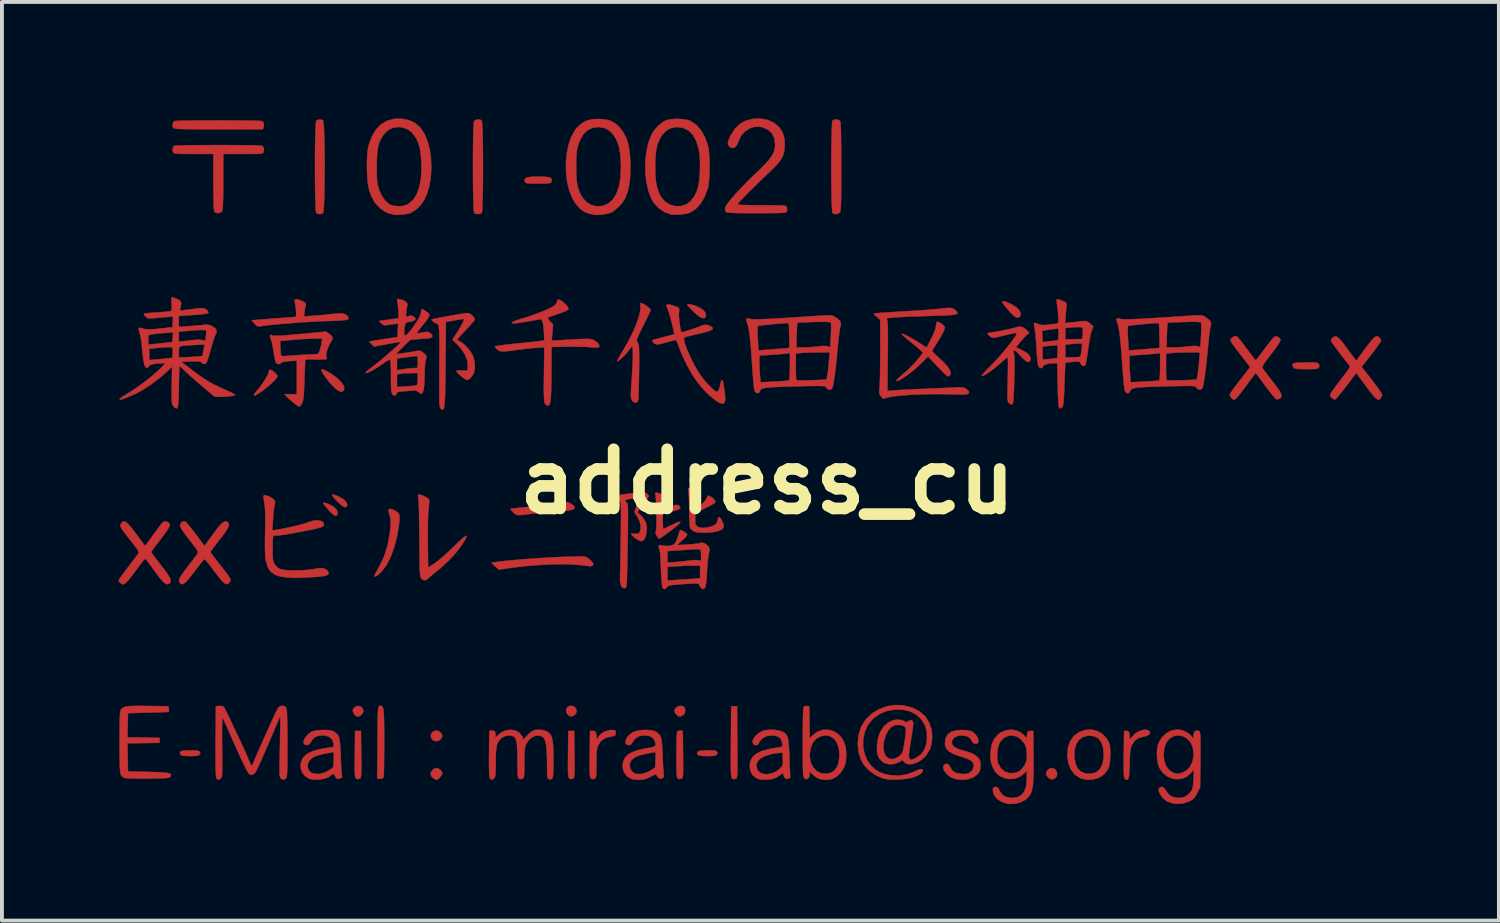
<source format=kicad_pcb>
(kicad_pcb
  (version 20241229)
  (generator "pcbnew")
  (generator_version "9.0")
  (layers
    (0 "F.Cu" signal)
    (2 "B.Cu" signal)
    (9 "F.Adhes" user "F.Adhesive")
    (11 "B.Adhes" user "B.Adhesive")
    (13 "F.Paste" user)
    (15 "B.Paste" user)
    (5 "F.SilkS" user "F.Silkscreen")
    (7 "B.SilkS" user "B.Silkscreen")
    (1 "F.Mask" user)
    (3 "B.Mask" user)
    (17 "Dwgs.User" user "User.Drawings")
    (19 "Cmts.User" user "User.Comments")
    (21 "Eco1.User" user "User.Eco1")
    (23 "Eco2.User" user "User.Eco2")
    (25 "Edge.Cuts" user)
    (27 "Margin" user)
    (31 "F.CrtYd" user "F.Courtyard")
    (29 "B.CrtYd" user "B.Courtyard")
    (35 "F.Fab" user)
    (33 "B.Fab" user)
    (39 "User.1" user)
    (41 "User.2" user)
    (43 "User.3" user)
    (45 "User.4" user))
  (footprint "address_cu"
    (layer "F.Cu")
    (at 16.71 9.356)
    (property "Reference" "address_cu" (at 0 0 0) (layer "F.SilkS") (effects (font (size 1.524 1.524) (thickness 0.3))))
    (attr through_hole)
    (fp_poly (pts (xy -4.974 5.792) (xy -4.926 5.842) (xy -4.909 5.907) (xy -4.927 5.973) (xy -4.964 6.012) (xy -5.032 6.047) (xy -5.088 6.039) (xy -5.136 6) (xy -5.178 5.931) (xy -5.178 5.861) (xy -5.14 5.804) (xy -5.072 5.773) (xy -5.047 5.772) (xy -4.974 5.792)) (stroke (width 0.01) (type solid)) (fill yes) (layer "F.Cu"))
    (fp_poly (pts (xy -10.489 5.781) (xy -10.431 5.821) (xy -10.401 5.889) (xy -10.399 5.912) (xy -10.421 5.971) (xy -10.472 6.024) (xy -10.534 6.051) (xy -10.544 6.051) (xy -10.585 6.035) (xy -10.628 6) (xy -10.672 5.93) (xy -10.668 5.861) (xy -10.632 5.814) (xy -10.561 5.777) (xy -10.489 5.781)) (stroke (width 0.01) (type solid)) (fill yes) (layer "F.Cu"))
    (fp_poly (pts (xy -8.473 6.419) (xy -8.408 6.465) (xy -8.393 6.487) (xy -8.37 6.54) (xy -8.377 6.583) (xy -8.399 6.62) (xy -8.459 6.673) (xy -8.535 6.686) (xy -8.607 6.659) (xy -8.628 6.64) (xy -8.666 6.567) (xy -8.656 6.493) (xy -8.621 6.447) (xy -8.55 6.413) (xy -8.473 6.419)) (stroke (width 0.01) (type solid)) (fill yes) (layer "F.Cu"))
    (fp_poly (pts (xy -2.174 5.781) (xy -2.141 5.802) (xy -2.112 5.862) (xy -2.117 5.936) (xy -2.151 5.999) (xy -2.167 6.012) (xy -2.235 6.047) (xy -2.291 6.039) (xy -2.339 6) (xy -2.377 5.947) (xy -2.39 5.903) (xy -2.368 5.841) (xy -2.313 5.795) (xy -2.242 5.773) (xy -2.174 5.781)) (stroke (width 0.01) (type solid)) (fill yes) (layer "F.Cu"))
    (fp_poly (pts (xy -11.096 0.357) (xy -11.018 0.392) (xy -10.915 0.452) (xy -10.846 0.518) (xy -10.817 0.583) (xy -10.821 0.619) (xy -10.849 0.655) (xy -10.896 0.652) (xy -10.963 0.61) (xy -11.055 0.526) (xy -11.067 0.514) (xy -11.154 0.423) (xy -11.2 0.363) (xy -11.206 0.332) (xy -11.172 0.331) (xy -11.096 0.357)) (stroke (width 0.01) (type solid)) (fill yes) (layer "F.Cu"))
    (fp_poly (pts (xy 7.421 7.412) (xy 7.435 7.43) (xy 7.47 7.513) (xy 7.457 7.589) (xy 7.4 7.645) (xy 7.355 7.665) (xy 7.299 7.664) (xy 7.241 7.624) (xy 7.232 7.616) (xy 7.187 7.556) (xy 7.182 7.501) (xy 7.184 7.494) (xy 7.225 7.422) (xy 7.288 7.381) (xy 7.358 7.377) (xy 7.421 7.412)) (stroke (width 0.01) (type solid)) (fill yes) (layer "F.Cu"))
    (fp_poly (pts (xy -11.337 0.56) (xy -11.261 0.593) (xy -11.187 0.636) (xy -11.147 0.666) (xy -11.087 0.73) (xy -11.065 0.785) (xy -11.065 0.811) (xy -11.082 0.867) (xy -11.118 0.881) (xy -11.174 0.852) (xy -11.252 0.78) (xy -11.302 0.725) (xy -11.366 0.649) (xy -11.413 0.589) (xy -11.437 0.553) (xy -11.437 0.547) (xy -11.401 0.542) (xy -11.337 0.56)) (stroke (width 0.01) (type solid)) (fill yes) (layer "F.Cu"))
    (fp_poly (pts (xy -8.459 7.393) (xy -8.403 7.439) (xy -8.368 7.495) (xy -8.365 7.514) (xy -8.382 7.556) (xy -8.421 7.608) (xy -8.468 7.655) (xy -8.506 7.677) (xy -8.51 7.678) (xy -8.546 7.666) (xy -8.581 7.648) (xy -8.646 7.596) (xy -8.669 7.531) (xy -8.67 7.52) (xy -8.649 7.462) (xy -8.598 7.408) (xy -8.537 7.376) (xy -8.518 7.373) (xy -8.459 7.393)) (stroke (width 0.01) (type solid)) (fill yes) (layer "F.Cu"))
    (fp_poly (pts (xy -1.983 -4.567) (xy -1.905 -4.547) (xy -1.817 -4.516) (xy -1.75 -4.486) (xy -1.649 -4.422) (xy -1.593 -4.354) (xy -1.576 -4.276) (xy -1.594 -4.225) (xy -1.645 -4.211) (xy -1.704 -4.225) (xy -1.747 -4.252) (xy -1.811 -4.302) (xy -1.884 -4.366) (xy -1.956 -4.434) (xy -2.015 -4.497) (xy -2.052 -4.543) (xy -2.059 -4.56) (xy -2.038 -4.572) (xy -1.983 -4.567)) (stroke (width 0.01) (type solid)) (fill yes) (layer "F.Cu"))
    (fp_poly (pts (xy -14.69 6.924) (xy -14.644 6.935) (xy -14.62 6.953) (xy -14.601 6.994) (xy -14.62 7.03) (xy -14.653 7.051) (xy -14.717 7.063) (xy -14.819 7.068) (xy -14.858 7.068) (xy -14.959 7.065) (xy -15.042 7.058) (xy -15.093 7.048) (xy -15.099 7.046) (xy -15.123 7.006) (xy -15.124 6.976) (xy -15.114 6.953) (xy -15.088 6.938) (xy -15.035 6.929) (xy -14.947 6.923) (xy -14.884 6.921) (xy -14.767 6.919) (xy -14.69 6.924)) (stroke (width 0.01) (type solid)) (fill yes) (layer "F.Cu"))
    (fp_poly (pts (xy -10.456 7.023) (xy -10.454 7.213) (xy -10.453 7.36) (xy -10.454 7.467) (xy -10.457 7.543) (xy -10.463 7.593) (xy -10.471 7.624) (xy -10.483 7.641) (xy -10.497 7.651) (xy -10.556 7.661) (xy -10.587 7.646) (xy -10.6 7.631) (xy -10.61 7.606) (xy -10.617 7.564) (xy -10.622 7.498) (xy -10.624 7.403) (xy -10.624 7.271) (xy -10.623 7.098) (xy -10.622 7.017) (xy -10.615 6.42) (xy -10.463 6.42) (xy -10.456 7.023)) (stroke (width 0.01) (type solid)) (fill yes) (layer "F.Cu"))
    (fp_poly (pts (xy -4.964 7.023) (xy -4.962 7.213) (xy -4.961 7.36) (xy -4.962 7.467) (xy -4.965 7.543) (xy -4.971 7.593) (xy -4.979 7.624) (xy -4.991 7.641) (xy -5.005 7.651) (xy -5.064 7.661) (xy -5.095 7.646) (xy -5.108 7.631) (xy -5.118 7.606) (xy -5.125 7.564) (xy -5.13 7.498) (xy -5.132 7.403) (xy -5.132 7.271) (xy -5.131 7.098) (xy -5.13 7.017) (xy -5.123 6.42) (xy -4.971 6.42) (xy -4.964 7.023)) (stroke (width 0.01) (type solid)) (fill yes) (layer "F.Cu"))
    (fp_poly (pts (xy -1.367 6.924) (xy -1.321 6.935) (xy -1.297 6.953) (xy -1.278 6.994) (xy -1.297 7.03) (xy -1.33 7.051) (xy -1.394 7.063) (xy -1.497 7.068) (xy -1.535 7.068) (xy -1.636 7.065) (xy -1.719 7.058) (xy -1.77 7.048) (xy -1.776 7.046) (xy -1.801 7.006) (xy -1.801 6.976) (xy -1.791 6.953) (xy -1.765 6.938) (xy -1.712 6.929) (xy -1.624 6.923) (xy -1.561 6.921) (xy -1.444 6.919) (xy -1.367 6.924)) (stroke (width 0.01) (type solid)) (fill yes) (layer "F.Cu"))
    (fp_poly (pts (xy 6.122 -4.64) (xy 6.193 -4.614) (xy 6.276 -4.576) (xy 6.358 -4.529) (xy 6.429 -4.48) (xy 6.478 -4.432) (xy 6.481 -4.427) (xy 6.525 -4.349) (xy 6.529 -4.29) (xy 6.504 -4.251) (xy 6.461 -4.225) (xy 6.409 -4.235) (xy 6.362 -4.264) (xy 6.318 -4.302) (xy 6.259 -4.363) (xy 6.194 -4.437) (xy 6.131 -4.512) (xy 6.082 -4.577) (xy 6.054 -4.621) (xy 6.051 -4.63) (xy 6.071 -4.647) (xy 6.122 -4.64)) (stroke (width 0.01) (type solid)) (fill yes) (layer "F.Cu"))
    (fp_poly (pts (xy -11.386 -2.868) (xy -11.304 -2.824) (xy -11.214 -2.769) (xy -11.126 -2.706) (xy -11.062 -2.654) (xy -10.966 -2.555) (xy -10.908 -2.466) (xy -10.891 -2.394) (xy -10.908 -2.352) (xy -10.946 -2.32) (xy -10.992 -2.321) (xy -11.059 -2.355) (xy -11.075 -2.365) (xy -11.135 -2.413) (xy -11.206 -2.484) (xy -11.281 -2.569) (xy -11.353 -2.66) (xy -11.416 -2.746) (xy -11.462 -2.82) (xy -11.484 -2.873) (xy -11.482 -2.892) (xy -11.449 -2.892) (xy -11.386 -2.868)) (stroke (width 0.01) (type solid)) (fill yes) (layer "F.Cu"))
    (fp_poly (pts (xy -5.74 -7.854) (xy -5.64 -7.844) (xy -5.579 -7.826) (xy -5.551 -7.796) (xy -5.549 -7.753) (xy -5.555 -7.731) (xy -5.565 -7.709) (xy -5.584 -7.695) (xy -5.622 -7.686) (xy -5.686 -7.681) (xy -5.786 -7.679) (xy -5.899 -7.678) (xy -6.033 -7.679) (xy -6.125 -7.681) (xy -6.184 -7.686) (xy -6.217 -7.696) (xy -6.234 -7.712) (xy -6.243 -7.734) (xy -6.249 -7.781) (xy -6.226 -7.815) (xy -6.171 -7.838) (xy -6.078 -7.851) (xy -5.941 -7.856) (xy -5.884 -7.856) (xy -5.74 -7.854)) (stroke (width 0.01) (type solid)) (fill yes) (layer "F.Cu"))
    (fp_poly (pts (xy -0.769 6.705) (xy -0.767 6.946) (xy -0.766 7.141) (xy -0.766 7.295) (xy -0.767 7.413) (xy -0.77 7.501) (xy -0.774 7.563) (xy -0.78 7.604) (xy -0.788 7.629) (xy -0.798 7.643) (xy -0.81 7.651) (xy -0.869 7.661) (xy -0.899 7.646) (xy -0.911 7.634) (xy -0.919 7.612) (xy -0.926 7.577) (xy -0.931 7.521) (xy -0.935 7.442) (xy -0.936 7.333) (xy -0.937 7.19) (xy -0.937 7.007) (xy -0.935 6.78) (xy -0.935 6.7) (xy -0.928 5.784) (xy -0.775 5.784) (xy -0.769 6.705)) (stroke (width 0.01) (type solid)) (fill yes) (layer "F.Cu"))
    (fp_poly (pts (xy 14.085 -3.072) (xy 14.146 -3.066) (xy 14.182 -3.055) (xy 14.203 -3.038) (xy 14.205 -3.036) (xy 14.222 -2.979) (xy 14.211 -2.946) (xy 14.195 -2.926) (xy 14.167 -2.912) (xy 14.117 -2.904) (xy 14.037 -2.9) (xy 13.918 -2.899) (xy 13.885 -2.898) (xy 13.746 -2.9) (xy 13.651 -2.905) (xy 13.591 -2.915) (xy 13.558 -2.93) (xy 13.553 -2.935) (xy 13.531 -2.99) (xy 13.531 -3.018) (xy 13.54 -3.037) (xy 13.563 -3.051) (xy 13.608 -3.06) (xy 13.685 -3.066) (xy 13.8 -3.07) (xy 13.857 -3.071) (xy 13.992 -3.073) (xy 14.085 -3.072)) (stroke (width 0.01) (type solid)) (fill yes) (layer "F.Cu"))
    (fp_poly (pts (xy -12.784 -2.879) (xy -12.731 -2.848) (xy -12.675 -2.802) (xy -12.63 -2.754) (xy -12.612 -2.717) (xy -12.631 -2.678) (xy -12.682 -2.616) (xy -12.758 -2.541) (xy -12.85 -2.459) (xy -12.949 -2.379) (xy -13.048 -2.308) (xy -13.05 -2.306) (xy -13.135 -2.251) (xy -13.186 -2.222) (xy -13.212 -2.215) (xy -13.221 -2.228) (xy -13.221 -2.234) (xy -13.206 -2.263) (xy -13.165 -2.317) (xy -13.118 -2.373) (xy -13.047 -2.461) (xy -12.976 -2.561) (xy -12.914 -2.66) (xy -12.867 -2.747) (xy -12.842 -2.811) (xy -12.84 -2.826) (xy -12.829 -2.871) (xy -12.818 -2.884) (xy -12.784 -2.879)) (stroke (width 0.01) (type solid)) (fill yes) (layer "F.Cu"))
    (fp_poly (pts (xy -2.174 6.42) (xy -2.167 7.023) (xy -2.165 7.214) (xy -2.165 7.36) (xy -2.166 7.468) (xy -2.169 7.544) (xy -2.174 7.594) (xy -2.183 7.625) (xy -2.195 7.642) (xy -2.206 7.65) (xy -2.271 7.659) (xy -2.295 7.65) (xy -2.31 7.638) (xy -2.32 7.615) (xy -2.328 7.576) (xy -2.333 7.513) (xy -2.337 7.421) (xy -2.338 7.293) (xy -2.339 7.124) (xy -2.339 7.048) (xy -2.338 6.88) (xy -2.335 6.729) (xy -2.331 6.601) (xy -2.326 6.505) (xy -2.32 6.448) (xy -2.317 6.437) (xy -2.277 6.414) (xy -2.235 6.411) (xy -2.174 6.42)) (stroke (width 0.01) (type solid)) (fill yes) (layer "F.Cu"))
    (fp_poly (pts (xy -9.927 5.778) (xy -9.908 5.798) (xy -9.893 5.836) (xy -9.882 5.897) (xy -9.875 5.985) (xy -9.87 6.106) (xy -9.867 6.264) (xy -9.865 6.463) (xy -9.865 6.708) (xy -9.865 6.715) (xy -9.866 6.92) (xy -9.867 7.11) (xy -9.869 7.279) (xy -9.871 7.42) (xy -9.874 7.527) (xy -9.878 7.593) (xy -9.88 7.613) (xy -9.917 7.644) (xy -9.97 7.653) (xy -10.044 7.653) (xy -10.037 6.719) (xy -10.035 6.476) (xy -10.033 6.28) (xy -10.031 6.124) (xy -10.028 6.005) (xy -10.025 5.917) (xy -10.02 5.856) (xy -10.013 5.816) (xy -10.005 5.792) (xy -9.995 5.781) (xy -9.983 5.776) (xy -9.981 5.776) (xy -9.951 5.772) (xy -9.927 5.778)) (stroke (width 0.01) (type solid)) (fill yes) (layer "F.Cu"))
    (fp_poly (pts (xy -9.68 0.704) (xy -9.628 0.724) (xy -9.55 0.765) (xy -9.5 0.806) (xy -9.474 0.859) (xy -9.468 0.934) (xy -9.476 1.044) (xy -9.483 1.098) (xy -9.534 1.409) (xy -9.607 1.691) (xy -9.698 1.94) (xy -9.808 2.15) (xy -9.933 2.315) (xy -9.935 2.318) (xy -10.008 2.388) (xy -10.067 2.432) (xy -10.107 2.444) (xy -10.119 2.425) (xy -10.107 2.398) (xy -10.075 2.337) (xy -10.029 2.252) (xy -9.993 2.19) (xy -9.869 1.931) (xy -9.779 1.646) (xy -9.72 1.326) (xy -9.714 1.28) (xy -9.7 1.137) (xy -9.697 1.028) (xy -9.705 0.94) (xy -9.726 0.857) (xy -9.744 0.806) (xy -9.758 0.736) (xy -9.736 0.702) (xy -9.68 0.704)) (stroke (width 0.01) (type solid)) (fill yes) (layer "F.Cu"))
    (fp_poly (pts (xy -13.924 -9.304) (xy -13.722 -9.303) (xy -13.533 -9.302) (xy -13.363 -9.3) (xy -13.219 -9.297) (xy -13.106 -9.294) (xy -13.032 -9.29) (xy -13.003 -9.286) (xy -12.964 -9.231) (xy -12.963 -9.155) (xy -12.969 -9.134) (xy -12.991 -9.077) (xy -14.135 -9.077) (xy -14.406 -9.077) (xy -14.631 -9.077) (xy -14.813 -9.078) (xy -14.959 -9.08) (xy -15.071 -9.082) (xy -15.155 -9.085) (xy -15.215 -9.09) (xy -15.255 -9.096) (xy -15.28 -9.103) (xy -15.295 -9.112) (xy -15.304 -9.123) (xy -15.305 -9.126) (xy -15.318 -9.195) (xy -15.295 -9.261) (xy -15.27 -9.286) (xy -15.239 -9.291) (xy -15.163 -9.294) (xy -15.05 -9.297) (xy -14.904 -9.3) (xy -14.733 -9.302) (xy -14.544 -9.303) (xy -14.341 -9.304) (xy -14.133 -9.305) (xy -13.924 -9.304)) (stroke (width 0.01) (type solid)) (fill yes) (layer "F.Cu"))
    (fp_poly (pts (xy -5.143 0.528) (xy -5.119 0.535) (xy -5.053 0.568) (xy -4.995 0.61) (xy -4.962 0.647) (xy -4.958 0.659) (xy -4.964 0.685) (xy -4.985 0.706) (xy -5.026 0.723) (xy -5.095 0.737) (xy -5.196 0.75) (xy -5.336 0.763) (xy -5.5 0.776) (xy -5.668 0.789) (xy -5.831 0.803) (xy -5.977 0.817) (xy -6.096 0.829) (xy -6.172 0.839) (xy -6.3 0.856) (xy -6.388 0.862) (xy -6.449 0.856) (xy -6.494 0.836) (xy -6.533 0.8) (xy -6.549 0.782) (xy -6.619 0.699) (xy -6.468 0.681) (xy -6.393 0.673) (xy -6.278 0.662) (xy -6.137 0.648) (xy -5.981 0.633) (xy -5.863 0.623) (xy -5.708 0.607) (xy -5.562 0.59) (xy -5.437 0.572) (xy -5.344 0.556) (xy -5.3 0.545) (xy -5.212 0.523) (xy -5.143 0.528)) (stroke (width 0.01) (type solid)) (fill yes) (layer "F.Cu"))
    (fp_poly (pts (xy -11.483 -9.324) (xy -11.441 -9.306) (xy -11.432 -9.275) (xy -11.423 -9.2) (xy -11.416 -9.085) (xy -11.41 -8.939) (xy -11.405 -8.767) (xy -11.401 -8.574) (xy -11.399 -8.368) (xy -11.398 -8.155) (xy -11.399 -7.94) (xy -11.4 -7.731) (xy -11.403 -7.532) (xy -11.408 -7.351) (xy -11.413 -7.193) (xy -11.42 -7.065) (xy -11.428 -6.972) (xy -11.437 -6.922) (xy -11.441 -6.915) (xy -11.511 -6.892) (xy -11.582 -6.901) (xy -11.614 -6.921) (xy -11.622 -6.953) (xy -11.629 -7.03) (xy -11.634 -7.146) (xy -11.639 -7.293) (xy -11.642 -7.467) (xy -11.645 -7.66) (xy -11.647 -7.866) (xy -11.647 -8.08) (xy -11.647 -8.294) (xy -11.646 -8.503) (xy -11.643 -8.701) (xy -11.64 -8.881) (xy -11.636 -9.036) (xy -11.63 -9.161) (xy -11.624 -9.25) (xy -11.617 -9.296) (xy -11.614 -9.301) (xy -11.556 -9.327) (xy -11.483 -9.324)) (stroke (width 0.01) (type solid)) (fill yes) (layer "F.Cu"))
    (fp_poly (pts (xy 9.819 6.404) (xy 9.841 6.422) (xy 9.861 6.473) (xy 9.834 6.518) (xy 9.764 6.551) (xy 9.699 6.565) (xy 9.567 6.601) (xy 9.468 6.67) (xy 9.395 6.778) (xy 9.374 6.826) (xy 9.359 6.882) (xy 9.349 6.956) (xy 9.342 7.059) (xy 9.337 7.199) (xy 9.336 7.259) (xy 9.33 7.424) (xy 9.322 7.543) (xy 9.31 7.622) (xy 9.291 7.665) (xy 9.264 7.679) (xy 9.228 7.668) (xy 9.21 7.657) (xy 9.199 7.639) (xy 9.192 7.596) (xy 9.186 7.523) (xy 9.183 7.415) (xy 9.183 7.267) (xy 9.184 7.075) (xy 9.184 7.028) (xy 9.191 6.42) (xy 9.255 6.42) (xy 9.296 6.426) (xy 9.317 6.454) (xy 9.329 6.516) (xy 9.331 6.531) (xy 9.344 6.641) (xy 9.404 6.56) (xy 9.475 6.488) (xy 9.565 6.432) (xy 9.661 6.397) (xy 9.75 6.386) (xy 9.819 6.404)) (stroke (width 0.01) (type solid)) (fill yes) (layer "F.Cu"))
    (fp_poly (pts (xy -7.374 -9.316) (xy -7.353 -9.301) (xy -7.345 -9.268) (xy -7.339 -9.191) (xy -7.333 -9.076) (xy -7.329 -8.928) (xy -7.325 -8.755) (xy -7.322 -8.562) (xy -7.321 -8.355) (xy -7.32 -8.142) (xy -7.32 -7.927) (xy -7.322 -7.718) (xy -7.324 -7.521) (xy -7.327 -7.341) (xy -7.332 -7.185) (xy -7.337 -7.06) (xy -7.343 -6.971) (xy -7.351 -6.925) (xy -7.353 -6.921) (xy -7.408 -6.895) (xy -7.48 -6.893) (xy -7.54 -6.915) (xy -7.546 -6.921) (xy -7.553 -6.953) (xy -7.56 -7.029) (xy -7.565 -7.144) (xy -7.569 -7.291) (xy -7.573 -7.463) (xy -7.576 -7.656) (xy -7.577 -7.861) (xy -7.578 -8.074) (xy -7.578 -8.287) (xy -7.577 -8.495) (xy -7.575 -8.692) (xy -7.573 -8.87) (xy -7.569 -9.025) (xy -7.564 -9.148) (xy -7.558 -9.235) (xy -7.551 -9.28) (xy -7.55 -9.282) (xy -7.506 -9.319) (xy -7.439 -9.331) (xy -7.374 -9.316)) (stroke (width 0.01) (type solid)) (fill yes) (layer "F.Cu"))
    (fp_poly (pts (xy 1.808 -9.327) (xy 1.865 -9.301) (xy 1.881 -9.282) (xy 1.888 -9.243) (xy 1.894 -9.154) (xy 1.899 -9.017) (xy 1.902 -8.834) (xy 1.905 -8.605) (xy 1.907 -8.333) (xy 1.907 -8.101) (xy 1.907 -7.829) (xy 1.906 -7.602) (xy 1.905 -7.418) (xy 1.903 -7.271) (xy 1.9 -7.158) (xy 1.896 -7.073) (xy 1.891 -7.012) (xy 1.885 -6.971) (xy 1.877 -6.945) (xy 1.867 -6.931) (xy 1.867 -6.93) (xy 1.805 -6.896) (xy 1.733 -6.895) (xy 1.683 -6.921) (xy 1.676 -6.953) (xy 1.669 -7.03) (xy 1.663 -7.146) (xy 1.659 -7.293) (xy 1.655 -7.467) (xy 1.653 -7.66) (xy 1.651 -7.866) (xy 1.65 -8.08) (xy 1.651 -8.294) (xy 1.652 -8.503) (xy 1.654 -8.701) (xy 1.658 -8.881) (xy 1.662 -9.036) (xy 1.667 -9.161) (xy 1.674 -9.25) (xy 1.681 -9.296) (xy 1.683 -9.301) (xy 1.74 -9.328) (xy 1.808 -9.327)) (stroke (width 0.01) (type solid)) (fill yes) (layer "F.Cu"))
    (fp_poly (pts (xy -4.728 1.929) (xy -4.673 1.935) (xy -4.667 1.937) (xy -4.606 1.977) (xy -4.544 2.031) (xy -4.496 2.084) (xy -4.475 2.124) (xy -4.475 2.125) (xy -4.497 2.16) (xy -4.547 2.179) (xy -4.599 2.176) (xy -4.64 2.169) (xy -4.719 2.159) (xy -4.826 2.147) (xy -4.939 2.137) (xy -5.126 2.126) (xy -5.351 2.125) (xy -5.604 2.131) (xy -5.872 2.146) (xy -6.144 2.167) (xy -6.409 2.195) (xy -6.546 2.213) (xy -6.674 2.231) (xy -6.783 2.246) (xy -6.863 2.257) (xy -6.905 2.262) (xy -6.909 2.263) (xy -6.93 2.247) (xy -6.977 2.207) (xy -7.011 2.176) (xy -7.106 2.089) (xy -7.017 2.074) (xy -6.902 2.058) (xy -6.753 2.041) (xy -6.577 2.024) (xy -6.381 2.007) (xy -6.17 1.99) (xy -5.951 1.975) (xy -5.731 1.961) (xy -5.515 1.949) (xy -5.31 1.939) (xy -5.123 1.932) (xy -4.959 1.928) (xy -4.825 1.926) (xy -4.728 1.929)) (stroke (width 0.01) (type solid)) (fill yes) (layer "F.Cu"))
    (fp_poly (pts (xy -3.949 6.397) (xy -3.915 6.408) (xy -3.904 6.438) (xy -3.903 6.47) (xy -3.907 6.517) (xy -3.928 6.542) (xy -3.98 6.557) (xy -4.022 6.563) (xy -4.167 6.602) (xy -4.275 6.673) (xy -4.348 6.777) (xy -4.369 6.826) (xy -4.383 6.88) (xy -4.392 6.951) (xy -4.397 7.047) (xy -4.398 7.18) (xy -4.399 7.253) (xy -4.399 7.399) (xy -4.401 7.503) (xy -4.406 7.572) (xy -4.415 7.614) (xy -4.428 7.638) (xy -4.446 7.651) (xy -4.505 7.661) (xy -4.535 7.646) (xy -4.549 7.631) (xy -4.559 7.606) (xy -4.566 7.564) (xy -4.571 7.498) (xy -4.573 7.403) (xy -4.573 7.271) (xy -4.572 7.098) (xy -4.571 7.017) (xy -4.564 6.42) (xy -4.488 6.42) (xy -4.44 6.424) (xy -4.415 6.446) (xy -4.403 6.499) (xy -4.399 6.532) (xy -4.39 6.6) (xy -4.381 6.623) (xy -4.366 6.607) (xy -4.353 6.583) (xy -4.281 6.496) (xy -4.176 6.431) (xy -4.056 6.398) (xy -4.021 6.396) (xy -3.949 6.397)) (stroke (width 0.01) (type solid)) (fill yes) (layer "F.Cu"))
    (fp_poly (pts (xy 8.506 6.424) (xy 8.639 6.501) (xy 8.746 6.617) (xy 8.778 6.669) (xy 8.806 6.729) (xy 8.823 6.791) (xy 8.832 6.872) (xy 8.835 6.984) (xy 8.835 7.03) (xy 8.829 7.196) (xy 8.806 7.324) (xy 8.763 7.427) (xy 8.696 7.514) (xy 8.666 7.544) (xy 8.547 7.623) (xy 8.403 7.668) (xy 8.249 7.677) (xy 8.1 7.649) (xy 8.04 7.624) (xy 7.914 7.535) (xy 7.819 7.408) (xy 7.756 7.25) (xy 7.731 7.075) (xy 7.911 7.075) (xy 7.913 7.102) (xy 7.94 7.26) (xy 7.992 7.379) (xy 8.073 7.463) (xy 8.093 7.476) (xy 8.204 7.517) (xy 8.33 7.523) (xy 8.449 7.494) (xy 8.487 7.474) (xy 8.578 7.39) (xy 8.638 7.266) (xy 8.666 7.104) (xy 8.669 7.03) (xy 8.653 6.853) (xy 8.607 6.714) (xy 8.53 6.615) (xy 8.425 6.557) (xy 8.291 6.54) (xy 8.269 6.541) (xy 8.137 6.573) (xy 8.034 6.646) (xy 7.96 6.756) (xy 7.919 6.9) (xy 7.911 7.075) (xy 7.731 7.075) (xy 7.73 7.067) (xy 7.729 7.032) (xy 7.749 6.838) (xy 7.807 6.675) (xy 7.902 6.545) (xy 8.035 6.45) (xy 8.042 6.446) (xy 8.199 6.394) (xy 8.356 6.387) (xy 8.506 6.424)) (stroke (width 0.01) (type solid)) (fill yes) (layer "F.Cu"))
    (fp_poly (pts (xy -13.904 -8.669) (xy -13.686 -8.668) (xy -13.49 -8.666) (xy -13.319 -8.663) (xy -13.18 -8.66) (xy -13.078 -8.657) (xy -13.017 -8.653) (xy -13.003 -8.651) (xy -12.964 -8.595) (xy -12.963 -8.519) (xy -12.969 -8.498) (xy -12.978 -8.479) (xy -12.992 -8.465) (xy -13.017 -8.454) (xy -13.062 -8.448) (xy -13.132 -8.444) (xy -13.235 -8.442) (xy -13.377 -8.441) (xy -13.5 -8.441) (xy -14.009 -8.441) (xy -14.009 -7.728) (xy -14.01 -7.503) (xy -14.013 -7.312) (xy -14.018 -7.159) (xy -14.024 -7.047) (xy -14.031 -6.98) (xy -14.036 -6.965) (xy -14.081 -6.928) (xy -14.147 -6.916) (xy -14.212 -6.931) (xy -14.233 -6.946) (xy -14.243 -6.972) (xy -14.25 -7.029) (xy -14.256 -7.121) (xy -14.26 -7.252) (xy -14.263 -7.426) (xy -14.264 -7.647) (xy -14.264 -7.709) (xy -14.264 -8.441) (xy -14.771 -8.441) (xy -14.945 -8.442) (xy -15.074 -8.443) (xy -15.166 -8.446) (xy -15.228 -8.451) (xy -15.267 -8.459) (xy -15.29 -8.471) (xy -15.303 -8.486) (xy -15.305 -8.49) (xy -15.318 -8.559) (xy -15.295 -8.626) (xy -15.27 -8.651) (xy -15.239 -8.655) (xy -15.163 -8.658) (xy -15.047 -8.661) (xy -14.896 -8.664) (xy -14.716 -8.667) (xy -14.511 -8.668) (xy -14.288 -8.669) (xy -14.137 -8.669) (xy -13.904 -8.669)) (stroke (width 0.01) (type solid)) (fill yes) (layer "F.Cu"))
    (fp_poly (pts (xy -12.082 -4.693) (xy -11.983 -4.654) (xy -11.979 -4.652) (xy -11.912 -4.618) (xy -11.884 -4.59) (xy -11.883 -4.556) (xy -11.887 -4.545) (xy -11.901 -4.484) (xy -11.914 -4.4) (xy -11.917 -4.372) (xy -11.929 -4.257) (xy -11.653 -4.276) (xy -11.512 -4.287) (xy -11.362 -4.301) (xy -11.228 -4.316) (xy -11.174 -4.323) (xy -11.034 -4.337) (xy -10.932 -4.331) (xy -10.859 -4.306) (xy -10.808 -4.262) (xy -10.785 -4.229) (xy -10.779 -4.203) (xy -10.794 -4.184) (xy -10.836 -4.169) (xy -10.91 -4.158) (xy -11.02 -4.149) (xy -11.172 -4.143) (xy -11.369 -4.136) (xy -11.369 -4.136) (xy -11.545 -4.13) (xy -11.745 -4.119) (xy -11.959 -4.106) (xy -12.18 -4.09) (xy -12.397 -4.073) (xy -12.601 -4.055) (xy -12.783 -4.037) (xy -12.935 -4.02) (xy -13.046 -4.004) (xy -13.058 -4.002) (xy -13.115 -3.999) (xy -13.16 -4.022) (xy -13.208 -4.072) (xy -13.28 -4.157) (xy -12.736 -4.199) (xy -12.573 -4.212) (xy -12.427 -4.223) (xy -12.304 -4.233) (xy -12.214 -4.239) (xy -12.163 -4.243) (xy -12.157 -4.244) (xy -12.138 -4.257) (xy -12.131 -4.298) (xy -12.134 -4.379) (xy -12.136 -4.405) (xy -12.146 -4.502) (xy -12.159 -4.589) (xy -12.167 -4.634) (xy -12.17 -4.683) (xy -12.143 -4.703) (xy -12.082 -4.693)) (stroke (width 0.01) (type solid)) (fill yes) (layer "F.Cu"))
    (fp_poly (pts (xy -2.78 0.3) (xy -2.729 0.321) (xy -2.641 0.363) (xy -2.658 0.525) (xy -2.665 0.625) (xy -2.659 0.677) (xy -2.648 0.686) (xy -2.611 0.678) (xy -2.543 0.656) (xy -2.481 0.634) (xy -2.392 0.605) (xy -2.334 0.597) (xy -2.29 0.609) (xy -2.288 0.61) (xy -2.24 0.649) (xy -2.242 0.686) (xy -2.295 0.72) (xy -2.398 0.753) (xy -2.462 0.767) (xy -2.56 0.787) (xy -2.637 0.806) (xy -2.68 0.818) (xy -2.686 0.821) (xy -2.69 0.85) (xy -2.692 0.917) (xy -2.691 1.008) (xy -2.69 1.027) (xy -2.682 1.222) (xy -2.469 1.119) (xy -2.349 1.063) (xy -2.271 1.035) (xy -2.237 1.034) (xy -2.245 1.059) (xy -2.297 1.111) (xy -2.391 1.19) (xy -2.475 1.255) (xy -2.566 1.322) (xy -2.65 1.383) (xy -2.712 1.427) (xy -2.726 1.436) (xy -2.772 1.462) (xy -2.801 1.459) (xy -2.83 1.42) (xy -2.846 1.396) (xy -2.878 1.328) (xy -2.873 1.284) (xy -2.87 1.281) (xy -2.862 1.246) (xy -2.857 1.17) (xy -2.853 1.064) (xy -2.852 0.937) (xy -2.853 0.801) (xy -2.856 0.664) (xy -2.861 0.538) (xy -2.867 0.432) (xy -2.875 0.356) (xy -2.883 0.324) (xy -2.886 0.289) (xy -2.85 0.28) (xy -2.78 0.3)) (stroke (width 0.01) (type solid)) (fill yes) (layer "F.Cu"))
    (fp_poly (pts (xy -8.914 0.342) (xy -8.843 0.372) (xy -8.772 0.409) (xy -8.721 0.444) (xy -8.709 0.457) (xy -8.704 0.493) (xy -8.708 0.565) (xy -8.718 0.659) (xy -8.721 0.68) (xy -8.729 0.77) (xy -8.736 0.903) (xy -8.74 1.071) (xy -8.742 1.266) (xy -8.742 1.48) (xy -8.741 1.545) (xy -8.734 2.212) (xy -8.556 2.094) (xy -8.475 2.034) (xy -8.369 1.946) (xy -8.251 1.842) (xy -8.131 1.73) (xy -8.075 1.675) (xy -7.943 1.546) (xy -7.844 1.456) (xy -7.777 1.404) (xy -7.744 1.391) (xy -7.742 1.416) (xy -7.773 1.48) (xy -7.835 1.581) (xy -7.887 1.659) (xy -8.026 1.842) (xy -8.2 2.03) (xy -8.394 2.21) (xy -8.507 2.303) (xy -8.597 2.375) (xy -8.674 2.439) (xy -8.728 2.486) (xy -8.746 2.503) (xy -8.802 2.539) (xy -8.867 2.528) (xy -8.909 2.494) (xy -8.921 2.478) (xy -8.93 2.453) (xy -8.937 2.416) (xy -8.943 2.36) (xy -8.948 2.28) (xy -8.951 2.173) (xy -8.954 2.033) (xy -8.956 1.855) (xy -8.958 1.635) (xy -8.959 1.458) (xy -8.961 1.236) (xy -8.964 1.028) (xy -8.967 0.84) (xy -8.971 0.677) (xy -8.976 0.546) (xy -8.98 0.454) (xy -8.985 0.404) (xy -8.986 0.4) (xy -8.995 0.35) (xy -8.978 0.332) (xy -8.964 0.331) (xy -8.914 0.342)) (stroke (width 0.01) (type solid)) (fill yes) (layer "F.Cu"))
    (fp_poly (pts (xy -16 5.776) (xy -15.916 5.777) (xy -15.421 5.784) (xy -15.412 5.854) (xy -15.409 5.907) (xy -15.412 5.929) (xy -15.439 5.931) (xy -15.509 5.934) (xy -15.614 5.938) (xy -15.747 5.943) (xy -15.901 5.947) (xy -15.942 5.948) (xy -16.463 5.962) (xy -16.477 6.584) (xy -16.063 6.591) (xy -15.649 6.598) (xy -15.649 6.725) (xy -16.063 6.732) (xy -16.477 6.739) (xy -16.463 7.462) (xy -15.937 7.475) (xy -15.742 7.481) (xy -15.592 7.487) (xy -15.484 7.497) (xy -15.412 7.509) (xy -15.371 7.526) (xy -15.356 7.548) (xy -15.362 7.577) (xy -15.373 7.597) (xy -15.387 7.611) (xy -15.412 7.622) (xy -15.454 7.63) (xy -15.521 7.636) (xy -15.618 7.641) (xy -15.753 7.644) (xy -15.931 7.646) (xy -15.957 7.646) (xy -16.179 7.647) (xy -16.352 7.645) (xy -16.475 7.639) (xy -16.547 7.63) (xy -16.565 7.624) (xy -16.596 7.606) (xy -16.62 7.586) (xy -16.64 7.558) (xy -16.654 7.518) (xy -16.665 7.459) (xy -16.672 7.376) (xy -16.676 7.264) (xy -16.678 7.117) (xy -16.679 6.93) (xy -16.679 6.707) (xy -16.679 6.483) (xy -16.678 6.303) (xy -16.677 6.164) (xy -16.674 6.059) (xy -16.67 5.982) (xy -16.664 5.929) (xy -16.656 5.893) (xy -16.646 5.87) (xy -16.633 5.853) (xy -16.63 5.849) (xy -16.598 5.824) (xy -16.559 5.804) (xy -16.504 5.79) (xy -16.427 5.781) (xy -16.322 5.776) (xy -16.182 5.774) (xy -16 5.776)) (stroke (width 0.01) (type solid)) (fill yes) (layer "F.Cu"))
    (fp_poly (pts (xy 4.435 -4.103) (xy 4.498 -4.065) (xy 4.551 -4.017) (xy 4.576 -3.973) (xy 4.577 -3.969) (xy 4.563 -3.919) (xy 4.526 -3.837) (xy 4.471 -3.734) (xy 4.403 -3.62) (xy 4.329 -3.505) (xy 4.323 -3.496) (xy 4.28 -3.429) (xy 4.254 -3.378) (xy 4.251 -3.359) (xy 4.272 -3.334) (xy 4.323 -3.285) (xy 4.39 -3.223) (xy 4.398 -3.216) (xy 4.549 -3.073) (xy 4.653 -2.953) (xy 4.711 -2.853) (xy 4.723 -2.775) (xy 4.69 -2.72) (xy 4.67 -2.712) (xy 4.643 -2.721) (xy 4.601 -2.752) (xy 4.54 -2.809) (xy 4.454 -2.897) (xy 4.397 -2.956) (xy 4.143 -3.224) (xy 3.946 -3.029) (xy 3.84 -2.931) (xy 3.726 -2.835) (xy 3.611 -2.747) (xy 3.505 -2.674) (xy 3.416 -2.622) (xy 3.352 -2.596) (xy 3.338 -2.595) (xy 3.324 -2.606) (xy 3.35 -2.64) (xy 3.407 -2.69) (xy 3.643 -2.898) (xy 3.833 -3.096) (xy 3.898 -3.175) (xy 4.015 -3.323) (xy 3.933 -3.399) (xy 3.875 -3.451) (xy 3.792 -3.52) (xy 3.699 -3.596) (xy 3.669 -3.619) (xy 3.557 -3.71) (xy 3.488 -3.772) (xy 3.46 -3.807) (xy 3.474 -3.814) (xy 3.531 -3.793) (xy 3.63 -3.743) (xy 3.678 -3.717) (xy 3.784 -3.656) (xy 3.891 -3.591) (xy 3.976 -3.536) (xy 4.042 -3.493) (xy 4.091 -3.467) (xy 4.107 -3.463) (xy 4.122 -3.488) (xy 4.155 -3.549) (xy 4.199 -3.635) (xy 4.232 -3.699) (xy 4.303 -3.852) (xy 4.341 -3.968) (xy 4.348 -4.022) (xy 4.355 -4.091) (xy 4.377 -4.119) (xy 4.38 -4.119) (xy 4.435 -4.103)) (stroke (width 0.01) (type solid)) (fill yes) (layer "F.Cu"))
    (fp_poly (pts (xy -3.206 -4.588) (xy -3.146 -4.553) (xy -3.082 -4.507) (xy -3.028 -4.462) (xy -3.001 -4.429) (xy -3 -4.424) (xy -3.011 -4.394) (xy -3.041 -4.327) (xy -3.087 -4.231) (xy -3.145 -4.114) (xy -3.189 -4.024) (xy -3.259 -3.885) (xy -3.308 -3.784) (xy -3.339 -3.714) (xy -3.355 -3.666) (xy -3.357 -3.633) (xy -3.35 -3.607) (xy -3.336 -3.585) (xy -3.323 -3.561) (xy -3.313 -3.528) (xy -3.306 -3.48) (xy -3.302 -3.411) (xy -3.299 -3.315) (xy -3.298 -3.186) (xy -3.299 -3.017) (xy -3.301 -2.835) (xy -3.304 -2.65) (xy -3.307 -2.48) (xy -3.311 -2.332) (xy -3.315 -2.213) (xy -3.319 -2.13) (xy -3.323 -2.091) (xy -3.353 -2.045) (xy -3.403 -2.035) (xy -3.454 -2.059) (xy -3.481 -2.094) (xy -3.495 -2.122) (xy -3.505 -2.15) (xy -3.51 -2.188) (xy -3.512 -2.242) (xy -3.509 -2.32) (xy -3.503 -2.429) (xy -3.493 -2.578) (xy -3.487 -2.67) (xy -3.474 -2.876) (xy -3.465 -3.061) (xy -3.46 -3.219) (xy -3.46 -3.345) (xy -3.464 -3.433) (xy -3.472 -3.478) (xy -3.477 -3.483) (xy -3.502 -3.464) (xy -3.541 -3.416) (xy -3.552 -3.4) (xy -3.599 -3.339) (xy -3.66 -3.271) (xy -3.725 -3.204) (xy -3.786 -3.147) (xy -3.834 -3.108) (xy -3.862 -3.095) (xy -3.865 -3.1) (xy -3.852 -3.135) (xy -3.817 -3.202) (xy -3.766 -3.292) (xy -3.712 -3.381) (xy -3.599 -3.576) (xy -3.497 -3.773) (xy -3.41 -3.963) (xy -3.341 -4.14) (xy -3.292 -4.297) (xy -3.266 -4.426) (xy -3.266 -4.521) (xy -3.267 -4.527) (xy -3.273 -4.582) (xy -3.254 -4.602) (xy -3.248 -4.602) (xy -3.206 -4.588)) (stroke (width 0.01) (type solid)) (fill yes) (layer "F.Cu"))
    (fp_poly (pts (xy -1.957 0.169) (xy -1.901 0.196) (xy -1.863 0.22) (xy -1.839 0.244) (xy -1.826 0.278) (xy -1.824 0.333) (xy -1.831 0.419) (xy -1.844 0.54) (xy -1.851 0.633) (xy -1.849 0.693) (xy -1.84 0.712) (xy -1.803 0.694) (xy -1.747 0.647) (xy -1.682 0.583) (xy -1.621 0.515) (xy -1.573 0.454) (xy -1.551 0.411) (xy -1.551 0.407) (xy -1.536 0.365) (xy -1.495 0.362) (xy -1.43 0.399) (xy -1.395 0.428) (xy -1.343 0.486) (xy -1.332 0.528) (xy -1.334 0.532) (xy -1.364 0.556) (xy -1.429 0.595) (xy -1.515 0.641) (xy -1.609 0.688) (xy -1.699 0.73) (xy -1.773 0.76) (xy -1.803 0.769) (xy -1.832 0.783) (xy -1.848 0.811) (xy -1.855 0.868) (xy -1.856 0.95) (xy -1.854 1.043) (xy -1.845 1.099) (xy -1.825 1.134) (xy -1.792 1.16) (xy -1.737 1.185) (xy -1.666 1.191) (xy -1.586 1.185) (xy -1.44 1.156) (xy -1.34 1.107) (xy -1.285 1.038) (xy -1.272 0.974) (xy -1.262 0.919) (xy -1.237 0.911) (xy -1.199 0.949) (xy -1.174 0.99) (xy -1.127 1.09) (xy -1.12 1.163) (xy -1.152 1.217) (xy -1.227 1.259) (xy -1.321 1.286) (xy -1.443 1.305) (xy -1.575 1.314) (xy -1.703 1.314) (xy -1.81 1.304) (xy -1.873 1.287) (xy -1.937 1.247) (xy -1.98 1.201) (xy -1.981 1.199) (xy -1.992 1.153) (xy -2 1.064) (xy -2.006 0.938) (xy -2.008 0.782) (xy -2.009 0.728) (xy -2.01 0.582) (xy -2.014 0.45) (xy -2.02 0.341) (xy -2.028 0.267) (xy -2.034 0.242) (xy -2.042 0.185) (xy -2.015 0.16) (xy -1.957 0.169)) (stroke (width 0.01) (type solid)) (fill yes) (layer "F.Cu"))
    (fp_poly (pts (xy 1.014 5.777) (xy 1.081 5.784) (xy 1.088 6.198) (xy 1.095 6.611) (xy 1.182 6.523) (xy 1.303 6.435) (xy 1.439 6.391) (xy 1.581 6.39) (xy 1.72 6.431) (xy 1.844 6.514) (xy 1.899 6.571) (xy 1.976 6.693) (xy 2.021 6.837) (xy 2.037 7.013) (xy 2.037 7.03) (xy 2.025 7.205) (xy 1.984 7.348) (xy 1.911 7.472) (xy 1.885 7.504) (xy 1.774 7.606) (xy 1.651 7.662) (xy 1.515 7.678) (xy 1.377 7.664) (xy 1.264 7.615) (xy 1.176 7.545) (xy 1.093 7.465) (xy 1.093 7.545) (xy 1.078 7.616) (xy 1.04 7.657) (xy 0.99 7.661) (xy 0.955 7.638) (xy 0.944 7.622) (xy 0.936 7.594) (xy 0.929 7.549) (xy 0.924 7.482) (xy 0.92 7.388) (xy 0.918 7.261) (xy 0.916 7.097) (xy 0.916 7.052) (xy 1.094 7.052) (xy 1.115 7.217) (xy 1.178 7.353) (xy 1.282 7.46) (xy 1.297 7.47) (xy 1.397 7.513) (xy 1.512 7.524) (xy 1.624 7.503) (xy 1.713 7.453) (xy 1.715 7.451) (xy 1.791 7.358) (xy 1.837 7.244) (xy 1.857 7.098) (xy 1.859 7.031) (xy 1.843 6.863) (xy 1.796 6.725) (xy 1.722 6.621) (xy 1.623 6.556) (xy 1.508 6.534) (xy 1.373 6.557) (xy 1.26 6.622) (xy 1.174 6.726) (xy 1.117 6.862) (xy 1.094 7.027) (xy 1.094 7.052) (xy 0.916 7.052) (xy 0.916 6.89) (xy 0.916 6.742) (xy 0.916 6.536) (xy 0.918 6.344) (xy 0.92 6.173) (xy 0.922 6.03) (xy 0.926 5.919) (xy 0.929 5.849) (xy 0.932 5.827) (xy 0.956 5.784) (xy 1.007 5.776) (xy 1.014 5.777)) (stroke (width 0.01) (type solid)) (fill yes) (layer "F.Cu"))
    (fp_poly (pts (xy 5.148 6.402) (xy 5.248 6.425) (xy 5.282 6.44) (xy 5.349 6.492) (xy 5.401 6.56) (xy 5.433 6.632) (xy 5.44 6.696) (xy 5.417 6.739) (xy 5.403 6.747) (xy 5.336 6.749) (xy 5.286 6.709) (xy 5.275 6.685) (xy 5.23 6.612) (xy 5.157 6.563) (xy 5.067 6.538) (xy 4.971 6.536) (xy 4.881 6.556) (xy 4.808 6.599) (xy 4.763 6.662) (xy 4.755 6.712) (xy 4.768 6.774) (xy 4.812 6.827) (xy 4.892 6.873) (xy 5.014 6.916) (xy 5.097 6.939) (xy 5.226 6.978) (xy 5.318 7.018) (xy 5.388 7.066) (xy 5.404 7.08) (xy 5.455 7.134) (xy 5.482 7.184) (xy 5.491 7.25) (xy 5.492 7.306) (xy 5.487 7.397) (xy 5.469 7.46) (xy 5.43 7.518) (xy 5.417 7.533) (xy 5.32 7.609) (xy 5.192 7.658) (xy 5.047 7.679) (xy 4.9 7.67) (xy 4.765 7.63) (xy 4.674 7.575) (xy 4.6 7.504) (xy 4.551 7.428) (xy 4.531 7.356) (xy 4.547 7.298) (xy 4.564 7.281) (xy 4.623 7.263) (xy 4.678 7.291) (xy 4.721 7.362) (xy 4.725 7.371) (xy 4.777 7.451) (xy 4.868 7.503) (xy 4.999 7.527) (xy 5.103 7.529) (xy 5.199 7.504) (xy 5.274 7.444) (xy 5.315 7.359) (xy 5.319 7.325) (xy 5.313 7.263) (xy 5.284 7.213) (xy 5.226 7.17) (xy 5.133 7.128) (xy 4.997 7.082) (xy 4.978 7.077) (xy 4.814 7.019) (xy 4.696 6.956) (xy 4.621 6.886) (xy 4.583 6.803) (xy 4.577 6.742) (xy 4.594 6.61) (xy 4.649 6.51) (xy 4.741 6.442) (xy 4.873 6.404) (xy 5.009 6.395) (xy 5.148 6.402)) (stroke (width 0.01) (type solid)) (fill yes) (layer "F.Cu"))
    (fp_poly (pts (xy 15.744 -3.73) (xy 15.763 -3.713) (xy 15.801 -3.667) (xy 15.815 -3.637) (xy 15.8 -3.608) (xy 15.759 -3.547) (xy 15.698 -3.461) (xy 15.623 -3.36) (xy 15.54 -3.25) (xy 15.453 -3.139) (xy 15.392 -3.062) (xy 15.308 -2.959) (xy 15.574 -2.62) (xy 15.662 -2.505) (xy 15.738 -2.401) (xy 15.796 -2.316) (xy 15.832 -2.257) (xy 15.84 -2.235) (xy 15.825 -2.189) (xy 15.791 -2.14) (xy 15.755 -2.112) (xy 15.748 -2.11) (xy 15.712 -2.122) (xy 15.665 -2.159) (xy 15.603 -2.226) (xy 15.522 -2.327) (xy 15.417 -2.467) (xy 15.406 -2.482) (xy 15.17 -2.803) (xy 15.126 -2.743) (xy 15.041 -2.627) (xy 14.951 -2.509) (xy 14.862 -2.394) (xy 14.78 -2.29) (xy 14.71 -2.205) (xy 14.659 -2.145) (xy 14.631 -2.118) (xy 14.63 -2.117) (xy 14.592 -2.126) (xy 14.542 -2.157) (xy 14.516 -2.182) (xy 14.502 -2.207) (xy 14.503 -2.24) (xy 14.523 -2.286) (xy 14.564 -2.352) (xy 14.63 -2.442) (xy 14.722 -2.563) (xy 14.783 -2.642) (xy 14.876 -2.763) (xy 14.94 -2.851) (xy 14.98 -2.912) (xy 15 -2.953) (xy 15.002 -2.98) (xy 14.993 -2.998) (xy 14.928 -3.077) (xy 14.852 -3.174) (xy 14.771 -3.278) (xy 14.693 -3.382) (xy 14.622 -3.478) (xy 14.565 -3.557) (xy 14.529 -3.612) (xy 14.518 -3.633) (xy 14.534 -3.67) (xy 14.568 -3.712) (xy 14.61 -3.741) (xy 14.655 -3.741) (xy 14.708 -3.709) (xy 14.774 -3.642) (xy 14.859 -3.534) (xy 14.893 -3.487) (xy 14.966 -3.387) (xy 15.034 -3.294) (xy 15.089 -3.222) (xy 15.112 -3.192) (xy 15.172 -3.117) (xy 15.391 -3.414) (xy 15.492 -3.548) (xy 15.57 -3.644) (xy 15.629 -3.707) (xy 15.674 -3.739) (xy 15.711 -3.745) (xy 15.744 -3.73)) (stroke (width 0.01) (type solid)) (fill yes) (layer "F.Cu"))
    (fp_poly (pts (xy 12.094 -3.745) (xy 12.119 -3.721) (xy 12.167 -3.664) (xy 12.233 -3.581) (xy 12.311 -3.479) (xy 12.346 -3.431) (xy 12.426 -3.324) (xy 12.494 -3.234) (xy 12.547 -3.168) (xy 12.578 -3.132) (xy 12.584 -3.128) (xy 12.603 -3.148) (xy 12.646 -3.201) (xy 12.708 -3.281) (xy 12.782 -3.381) (xy 12.811 -3.421) (xy 12.891 -3.528) (xy 12.963 -3.621) (xy 13.022 -3.692) (xy 13.061 -3.732) (xy 13.068 -3.737) (xy 13.122 -3.742) (xy 13.179 -3.714) (xy 13.216 -3.666) (xy 13.221 -3.641) (xy 13.206 -3.607) (xy 13.165 -3.541) (xy 13.102 -3.451) (xy 13.025 -3.345) (xy 12.976 -3.282) (xy 12.883 -3.161) (xy 12.819 -3.073) (xy 12.778 -3.011) (xy 12.758 -2.969) (xy 12.754 -2.939) (xy 12.762 -2.916) (xy 12.763 -2.916) (xy 12.789 -2.878) (xy 12.841 -2.809) (xy 12.911 -2.718) (xy 12.992 -2.614) (xy 13.02 -2.577) (xy 13.124 -2.441) (xy 13.195 -2.336) (xy 13.235 -2.258) (xy 13.246 -2.201) (xy 13.23 -2.161) (xy 13.198 -2.137) (xy 13.141 -2.122) (xy 13.109 -2.126) (xy 13.081 -2.15) (xy 13.03 -2.209) (xy 12.961 -2.295) (xy 12.88 -2.399) (xy 12.826 -2.472) (xy 12.582 -2.803) (xy 12.339 -2.476) (xy 12.237 -2.338) (xy 12.159 -2.237) (xy 12.102 -2.169) (xy 12.06 -2.129) (xy 12.028 -2.114) (xy 12 -2.119) (xy 11.972 -2.14) (xy 11.951 -2.161) (xy 11.915 -2.219) (xy 11.917 -2.256) (xy 11.938 -2.291) (xy 11.984 -2.357) (xy 12.051 -2.448) (xy 12.132 -2.555) (xy 12.186 -2.626) (xy 12.439 -2.951) (xy 12.251 -3.193) (xy 12.142 -3.335) (xy 12.06 -3.442) (xy 12.002 -3.521) (xy 11.964 -3.576) (xy 11.943 -3.614) (xy 11.935 -3.639) (xy 11.936 -3.658) (xy 11.94 -3.671) (xy 11.979 -3.717) (xy 12.04 -3.745) (xy 12.094 -3.745)) (stroke (width 0.01) (type solid)) (fill yes) (layer "F.Cu"))
    (fp_poly (pts (xy -11.317 6.398) (xy -11.231 6.409) (xy -11.172 6.429) (xy -11.155 6.439) (xy -11.104 6.476) (xy -11.066 6.515) (xy -11.037 6.563) (xy -11.018 6.63) (xy -11.004 6.722) (xy -10.995 6.847) (xy -10.987 7.012) (xy -10.985 7.082) (xy -10.979 7.231) (xy -10.972 7.363) (xy -10.965 7.468) (xy -10.958 7.539) (xy -10.952 7.567) (xy -10.947 7.598) (xy -10.977 7.63) (xy -11.028 7.651) (xy -11.05 7.653) (xy -11.103 7.636) (xy -11.126 7.589) (xy -11.154 7.539) (xy -11.193 7.527) (xy -11.227 7.554) (xy -11.281 7.6) (xy -11.371 7.638) (xy -11.482 7.663) (xy -11.602 7.675) (xy -11.714 7.67) (xy -11.797 7.65) (xy -11.905 7.583) (xy -11.979 7.487) (xy -12.016 7.374) (xy -12.015 7.327) (xy -11.841 7.327) (xy -11.818 7.416) (xy -11.757 7.486) (xy -11.669 7.523) (xy -11.533 7.528) (xy -11.391 7.49) (xy -11.276 7.426) (xy -11.174 7.353) (xy -11.167 7.159) (xy -11.16 6.964) (xy -11.256 6.98) (xy -11.44 7.014) (xy -11.581 7.051) (xy -11.684 7.094) (xy -11.757 7.145) (xy -11.807 7.208) (xy -11.819 7.23) (xy -11.841 7.327) (xy -12.015 7.327) (xy -12.014 7.254) (xy -11.972 7.138) (xy -11.91 7.058) (xy -11.825 6.994) (xy -11.713 6.942) (xy -11.565 6.898) (xy -11.375 6.862) (xy -11.363 6.86) (xy -11.157 6.827) (xy -11.171 6.738) (xy -11.209 6.637) (xy -11.285 6.569) (xy -11.395 6.537) (xy -11.442 6.534) (xy -11.563 6.544) (xy -11.651 6.579) (xy -11.718 6.646) (xy -11.746 6.691) (xy -11.788 6.755) (xy -11.826 6.782) (xy -11.87 6.784) (xy -11.927 6.759) (xy -11.944 6.707) (xy -11.921 6.631) (xy -11.894 6.586) (xy -11.82 6.498) (xy -11.734 6.44) (xy -11.623 6.407) (xy -11.477 6.395) (xy -11.44 6.395) (xy -11.317 6.398)) (stroke (width 0.01) (type solid)) (fill yes) (layer "F.Cu"))
    (fp_poly (pts (xy -2.222 -9.341) (xy -2.092 -9.325) (xy -1.99 -9.297) (xy -1.969 -9.288) (xy -1.825 -9.189) (xy -1.706 -9.054) (xy -1.608 -8.879) (xy -1.534 -8.682) (xy -1.511 -8.573) (xy -1.495 -8.427) (xy -1.486 -8.257) (xy -1.484 -8.076) (xy -1.489 -7.898) (xy -1.501 -7.736) (xy -1.519 -7.602) (xy -1.534 -7.54) (xy -1.618 -7.324) (xy -1.725 -7.148) (xy -1.851 -7.015) (xy -1.995 -6.927) (xy -1.995 -6.927) (xy -2.086 -6.902) (xy -2.206 -6.884) (xy -2.333 -6.877) (xy -2.446 -6.88) (xy -2.492 -6.887) (xy -2.652 -6.947) (xy -2.798 -7.048) (xy -2.92 -7.182) (xy -2.977 -7.276) (xy -3.057 -7.477) (xy -3.11 -7.711) (xy -3.138 -7.963) (xy -3.139 -8.111) (xy -2.884 -8.111) (xy -2.881 -7.903) (xy -2.867 -7.735) (xy -2.841 -7.594) (xy -2.801 -7.471) (xy -2.744 -7.353) (xy -2.731 -7.33) (xy -2.637 -7.216) (xy -2.515 -7.137) (xy -2.375 -7.097) (xy -2.229 -7.098) (xy -2.087 -7.144) (xy -2.085 -7.144) (xy -1.97 -7.228) (xy -1.875 -7.354) (xy -1.8 -7.517) (xy -1.77 -7.631) (xy -1.748 -7.781) (xy -1.735 -7.954) (xy -1.73 -8.136) (xy -1.734 -8.314) (xy -1.747 -8.473) (xy -1.766 -8.581) (xy -1.828 -8.777) (xy -1.911 -8.929) (xy -2.018 -9.039) (xy -2.149 -9.106) (xy -2.183 -9.116) (xy -2.343 -9.135) (xy -2.489 -9.105) (xy -2.616 -9.029) (xy -2.721 -8.909) (xy -2.736 -8.885) (xy -2.793 -8.773) (xy -2.834 -8.657) (xy -2.862 -8.524) (xy -2.878 -8.364) (xy -2.884 -8.168) (xy -2.884 -8.111) (xy -3.139 -8.111) (xy -3.14 -8.223) (xy -3.115 -8.477) (xy -3.065 -8.714) (xy -2.989 -8.922) (xy -2.975 -8.949) (xy -2.907 -9.054) (xy -2.815 -9.157) (xy -2.714 -9.245) (xy -2.617 -9.303) (xy -2.599 -9.31) (xy -2.493 -9.334) (xy -2.361 -9.344) (xy -2.222 -9.341)) (stroke (width 0.01) (type solid)) (fill yes) (layer "F.Cu"))
    (fp_poly (pts (xy -14.992 1.025) (xy -14.963 1.05) (xy -14.911 1.108) (xy -14.841 1.193) (xy -14.761 1.296) (xy -14.722 1.348) (xy -14.493 1.655) (xy -14.27 1.349) (xy -14.167 1.211) (xy -14.086 1.114) (xy -14.022 1.053) (xy -13.971 1.024) (xy -13.928 1.024) (xy -13.895 1.043) (xy -13.868 1.076) (xy -13.863 1.118) (xy -13.881 1.175) (xy -13.926 1.253) (xy -13.999 1.358) (xy -14.099 1.487) (xy -14.182 1.594) (xy -14.253 1.687) (xy -14.306 1.758) (xy -14.335 1.801) (xy -14.339 1.809) (xy -14.325 1.834) (xy -14.284 1.891) (xy -14.222 1.974) (xy -14.145 2.074) (xy -14.102 2.129) (xy -13.997 2.262) (xy -13.92 2.363) (xy -13.868 2.436) (xy -13.837 2.487) (xy -13.825 2.524) (xy -13.826 2.553) (xy -13.839 2.578) (xy -13.848 2.591) (xy -13.882 2.628) (xy -13.919 2.641) (xy -13.964 2.625) (xy -14.02 2.577) (xy -14.093 2.495) (xy -14.188 2.374) (xy -14.234 2.314) (xy -14.316 2.205) (xy -14.389 2.112) (xy -14.447 2.042) (xy -14.484 2.002) (xy -14.493 1.996) (xy -14.515 2.015) (xy -14.561 2.069) (xy -14.626 2.149) (xy -14.704 2.25) (xy -14.752 2.314) (xy -14.856 2.449) (xy -14.936 2.546) (xy -14.999 2.607) (xy -15.047 2.636) (xy -15.086 2.638) (xy -15.121 2.616) (xy -15.122 2.615) (xy -15.146 2.579) (xy -15.148 2.534) (xy -15.126 2.474) (xy -15.077 2.392) (xy -14.998 2.283) (xy -14.934 2.199) (xy -14.852 2.093) (xy -14.777 1.996) (xy -14.719 1.918) (xy -14.683 1.87) (xy -14.678 1.863) (xy -14.665 1.84) (xy -14.663 1.815) (xy -14.674 1.781) (xy -14.704 1.732) (xy -14.756 1.661) (xy -14.833 1.56) (xy -14.885 1.494) (xy -14.988 1.36) (xy -15.06 1.259) (xy -15.103 1.186) (xy -15.122 1.137) (xy -15.122 1.121) (xy -15.096 1.057) (xy -15.045 1.022) (xy -14.992 1.025)) (stroke (width 0.01) (type solid)) (fill yes) (layer "F.Cu"))
    (fp_poly (pts (xy 0.182 6.39) (xy 0.311 6.411) (xy 0.402 6.443) (xy 0.453 6.474) (xy 0.491 6.513) (xy 0.52 6.567) (xy 0.539 6.643) (xy 0.553 6.75) (xy 0.563 6.894) (xy 0.569 7.043) (xy 0.574 7.191) (xy 0.58 7.328) (xy 0.585 7.442) (xy 0.589 7.523) (xy 0.591 7.551) (xy 0.591 7.612) (xy 0.571 7.639) (xy 0.527 7.648) (xy 0.473 7.646) (xy 0.442 7.612) (xy 0.43 7.58) (xy 0.403 7.504) (xy 0.292 7.582) (xy 0.222 7.626) (xy 0.153 7.652) (xy 0.066 7.666) (xy -0.005 7.671) (xy -0.116 7.674) (xy -0.194 7.666) (xy -0.257 7.645) (xy -0.28 7.634) (xy -0.378 7.554) (xy -0.436 7.444) (xy -0.451 7.31) (xy -0.451 7.306) (xy -0.28 7.306) (xy -0.259 7.408) (xy -0.201 7.481) (xy -0.112 7.525) (xy -0.001 7.535) (xy 0.128 7.509) (xy 0.193 7.483) (xy 0.266 7.439) (xy 0.337 7.38) (xy 0.341 7.376) (xy 0.379 7.331) (xy 0.398 7.286) (xy 0.404 7.223) (xy 0.402 7.142) (xy 0.394 6.979) (xy 0.305 6.986) (xy 0.117 7.013) (xy -0.039 7.058) (xy -0.161 7.119) (xy -0.242 7.195) (xy -0.278 7.282) (xy -0.28 7.306) (xy -0.451 7.306) (xy -0.45 7.289) (xy -0.424 7.173) (xy -0.367 7.077) (xy -0.274 7) (xy -0.141 6.938) (xy 0.036 6.889) (xy 0.143 6.868) (xy 0.394 6.823) (xy 0.386 6.736) (xy 0.357 6.638) (xy 0.288 6.571) (xy 0.182 6.538) (xy 0.119 6.534) (xy -0.018 6.553) (xy -0.125 6.607) (xy -0.195 6.694) (xy -0.203 6.711) (xy -0.234 6.767) (xy -0.275 6.785) (xy -0.302 6.784) (xy -0.354 6.765) (xy -0.375 6.715) (xy -0.377 6.705) (xy -0.362 6.634) (xy -0.31 6.557) (xy -0.231 6.486) (xy -0.137 6.429) (xy -0.075 6.407) (xy 0.046 6.389) (xy 0.182 6.39)) (stroke (width 0.01) (type solid)) (fill yes) (layer "F.Cu"))
    (fp_poly (pts (xy -4.168 -9.331) (xy -4.022 -9.29) (xy -3.898 -9.217) (xy -3.804 -9.127) (xy -3.704 -8.997) (xy -3.628 -8.851) (xy -3.575 -8.681) (xy -3.541 -8.481) (xy -3.525 -8.243) (xy -3.523 -8.111) (xy -3.53 -7.869) (xy -3.55 -7.668) (xy -3.586 -7.496) (xy -3.639 -7.346) (xy -3.666 -7.288) (xy -3.726 -7.195) (xy -3.811 -7.097) (xy -3.905 -7.009) (xy -3.995 -6.944) (xy -4.028 -6.928) (xy -4.092 -6.909) (xy -4.182 -6.892) (xy -4.282 -6.879) (xy -4.374 -6.871) (xy -4.442 -6.872) (xy -4.462 -6.876) (xy -4.502 -6.887) (xy -4.569 -6.9) (xy -4.582 -6.902) (xy -4.701 -6.945) (xy -4.819 -7.031) (xy -4.928 -7.152) (xy -5.019 -7.301) (xy -5.021 -7.304) (xy -5.1 -7.505) (xy -5.154 -7.73) (xy -5.181 -7.968) (xy -5.183 -8.111) (xy -4.92 -8.111) (xy -4.917 -7.911) (xy -4.907 -7.752) (xy -4.887 -7.622) (xy -4.856 -7.512) (xy -4.811 -7.41) (xy -4.757 -7.317) (xy -4.656 -7.201) (xy -4.53 -7.125) (xy -4.39 -7.092) (xy -4.244 -7.102) (xy -4.102 -7.16) (xy -4.088 -7.168) (xy -3.972 -7.271) (xy -3.882 -7.418) (xy -3.817 -7.606) (xy -3.778 -7.833) (xy -3.767 -8.1) (xy -3.77 -8.223) (xy -3.784 -8.424) (xy -3.809 -8.586) (xy -3.847 -8.721) (xy -3.901 -8.839) (xy -3.948 -8.914) (xy -4.052 -9.032) (xy -4.175 -9.104) (xy -4.322 -9.132) (xy -4.359 -9.133) (xy -4.511 -9.111) (xy -4.638 -9.046) (xy -4.743 -8.936) (xy -4.828 -8.782) (xy -4.864 -8.683) (xy -4.886 -8.604) (xy -4.902 -8.527) (xy -4.912 -8.441) (xy -4.917 -8.332) (xy -4.92 -8.19) (xy -4.92 -8.111) (xy -5.183 -8.111) (xy -5.184 -8.211) (xy -5.163 -8.449) (xy -5.118 -8.673) (xy -5.049 -8.874) (xy -4.959 -9.042) (xy -4.906 -9.11) (xy -4.791 -9.22) (xy -4.667 -9.292) (xy -4.522 -9.332) (xy -4.348 -9.343) (xy -4.168 -9.331)) (stroke (width 0.01) (type solid)) (fill yes) (layer "F.Cu"))
    (fp_poly (pts (xy -2.99 6.402) (xy -2.896 6.425) (xy -2.865 6.44) (xy -2.813 6.478) (xy -2.774 6.518) (xy -2.745 6.57) (xy -2.725 6.64) (xy -2.711 6.736) (xy -2.702 6.866) (xy -2.695 7.039) (xy -2.694 7.066) (xy -2.688 7.214) (xy -2.681 7.346) (xy -2.673 7.453) (xy -2.666 7.526) (xy -2.66 7.554) (xy -2.662 7.6) (xy -2.698 7.638) (xy -2.752 7.65) (xy -2.761 7.649) (xy -2.808 7.618) (xy -2.852 7.557) (xy -2.863 7.532) (xy -2.885 7.539) (xy -2.94 7.565) (xy -3.012 7.602) (xy -3.118 7.65) (xy -3.212 7.673) (xy -3.302 7.677) (xy -3.394 7.671) (xy -3.475 7.659) (xy -3.509 7.65) (xy -3.617 7.582) (xy -3.69 7.482) (xy -3.724 7.361) (xy -3.722 7.339) (xy -3.54 7.339) (xy -3.509 7.426) (xy -3.449 7.494) (xy -3.367 7.53) (xy -3.359 7.531) (xy -3.231 7.526) (xy -3.095 7.486) (xy -2.987 7.429) (xy -2.886 7.358) (xy -2.871 6.964) (xy -2.967 6.979) (xy -3.142 7.011) (xy -3.274 7.044) (xy -3.373 7.08) (xy -3.446 7.124) (xy -3.495 7.169) (xy -3.537 7.249) (xy -3.54 7.339) (xy -3.722 7.339) (xy -3.714 7.227) (xy -3.711 7.218) (xy -3.669 7.119) (xy -3.597 7.037) (xy -3.49 6.971) (xy -3.344 6.918) (xy -3.155 6.874) (xy -3.067 6.859) (xy -2.962 6.84) (xy -2.901 6.819) (xy -2.875 6.787) (xy -2.879 6.736) (xy -2.9 6.669) (xy -2.946 6.596) (xy -3.026 6.552) (xy -3.145 6.535) (xy -3.176 6.534) (xy -3.303 6.555) (xy -3.402 6.618) (xy -3.473 6.716) (xy -3.511 6.77) (xy -3.558 6.785) (xy -3.58 6.784) (xy -3.633 6.76) (xy -3.652 6.712) (xy -3.64 6.648) (xy -3.601 6.577) (xy -3.538 6.508) (xy -3.454 6.45) (xy -3.445 6.445) (xy -3.352 6.415) (xy -3.235 6.397) (xy -3.108 6.393) (xy -2.99 6.402)) (stroke (width 0.01) (type solid)) (fill yes) (layer "F.Cu"))
    (fp_poly (pts (xy -15.422 1.051) (xy -15.395 1.079) (xy -15.389 1.116) (xy -15.404 1.167) (xy -15.444 1.239) (xy -15.511 1.335) (xy -15.608 1.464) (xy -15.636 1.5) (xy -15.717 1.605) (xy -15.786 1.696) (xy -15.836 1.765) (xy -15.863 1.805) (xy -15.865 1.812) (xy -15.85 1.837) (xy -15.809 1.896) (xy -15.747 1.979) (xy -15.668 2.081) (xy -15.611 2.155) (xy -15.505 2.293) (xy -15.43 2.399) (xy -15.383 2.479) (xy -15.363 2.537) (xy -15.366 2.58) (xy -15.389 2.614) (xy -15.395 2.619) (xy -15.434 2.64) (xy -15.477 2.636) (xy -15.529 2.603) (xy -15.594 2.538) (xy -15.676 2.437) (xy -15.776 2.301) (xy -15.856 2.191) (xy -15.926 2.098) (xy -15.98 2.028) (xy -16.014 1.989) (xy -16.022 1.983) (xy -16.042 2.003) (xy -16.086 2.056) (xy -16.15 2.137) (xy -16.227 2.239) (xy -16.282 2.314) (xy -16.383 2.448) (xy -16.461 2.545) (xy -16.521 2.607) (xy -16.568 2.638) (xy -16.607 2.642) (xy -16.643 2.623) (xy -16.665 2.604) (xy -16.697 2.563) (xy -16.705 2.541) (xy -16.69 2.514) (xy -16.649 2.455) (xy -16.588 2.37) (xy -16.512 2.267) (xy -16.469 2.211) (xy -16.385 2.1) (xy -16.309 2) (xy -16.248 1.919) (xy -16.209 1.867) (xy -16.2 1.855) (xy -16.189 1.833) (xy -16.191 1.805) (xy -16.209 1.765) (xy -16.249 1.707) (xy -16.313 1.622) (xy -16.393 1.52) (xy -16.496 1.389) (xy -16.571 1.291) (xy -16.621 1.22) (xy -16.65 1.169) (xy -16.661 1.133) (xy -16.657 1.105) (xy -16.642 1.078) (xy -16.637 1.07) (xy -16.603 1.033) (xy -16.566 1.021) (xy -16.521 1.037) (xy -16.463 1.085) (xy -16.389 1.169) (xy -16.294 1.291) (xy -16.255 1.342) (xy -16.022 1.655) (xy -15.848 1.419) (xy -15.771 1.315) (xy -15.701 1.218) (xy -15.644 1.14) (xy -15.615 1.1) (xy -15.553 1.035) (xy -15.49 1.02) (xy -15.422 1.051)) (stroke (width 0.01) (type solid)) (fill yes) (layer "F.Cu"))
    (fp_poly (pts (xy -9.226 -9.311) (xy -9.071 -9.238) (xy -8.94 -9.123) (xy -8.925 -9.107) (xy -8.825 -8.956) (xy -8.748 -8.769) (xy -8.692 -8.554) (xy -8.66 -8.321) (xy -8.651 -8.079) (xy -8.666 -7.838) (xy -8.705 -7.607) (xy -8.769 -7.395) (xy -8.828 -7.266) (xy -8.923 -7.127) (xy -9.043 -7.009) (xy -9.173 -6.926) (xy -9.184 -6.921) (xy -9.243 -6.905) (xy -9.329 -6.89) (xy -9.425 -6.878) (xy -9.514 -6.872) (xy -9.58 -6.872) (xy -9.598 -6.876) (xy -9.638 -6.887) (xy -9.705 -6.9) (xy -9.718 -6.902) (xy -9.811 -6.936) (xy -9.916 -7.002) (xy -10.018 -7.09) (xy -10.104 -7.188) (xy -10.132 -7.232) (xy -10.201 -7.366) (xy -10.25 -7.508) (xy -10.284 -7.668) (xy -10.302 -7.857) (xy -10.309 -8.084) (xy -10.309 -8.111) (xy -10.056 -8.111) (xy -10.055 -7.948) (xy -10.052 -7.825) (xy -10.046 -7.732) (xy -10.035 -7.658) (xy -10.019 -7.591) (xy -9.998 -7.525) (xy -9.932 -7.374) (xy -9.848 -7.249) (xy -9.754 -7.16) (xy -9.702 -7.13) (xy -9.631 -7.11) (xy -9.536 -7.097) (xy -9.482 -7.095) (xy -9.378 -7.101) (xy -9.293 -7.129) (xy -9.228 -7.165) (xy -9.113 -7.268) (xy -9.023 -7.413) (xy -8.957 -7.598) (xy -8.917 -7.82) (xy -8.903 -8.077) (xy -8.907 -8.224) (xy -8.916 -8.358) (xy -8.93 -8.487) (xy -8.947 -8.594) (xy -8.961 -8.655) (xy -9.038 -8.841) (xy -9.138 -8.982) (xy -9.26 -9.077) (xy -9.403 -9.127) (xy -9.496 -9.135) (xy -9.632 -9.118) (xy -9.747 -9.064) (xy -9.852 -8.967) (xy -9.884 -8.928) (xy -9.943 -8.84) (xy -9.988 -8.747) (xy -10.02 -8.64) (xy -10.04 -8.511) (xy -10.052 -8.351) (xy -10.056 -8.151) (xy -10.056 -8.111) (xy -10.309 -8.111) (xy -10.307 -8.29) (xy -10.3 -8.43) (xy -10.289 -8.54) (xy -10.272 -8.633) (xy -10.262 -8.67) (xy -10.182 -8.89) (xy -10.075 -9.069) (xy -9.943 -9.205) (xy -9.786 -9.297) (xy -9.607 -9.345) (xy -9.412 -9.348) (xy -9.226 -9.311)) (stroke (width 0.01) (type solid)) (fill yes) (layer "F.Cu"))
    (fp_poly (pts (xy 10.668 6.398) (xy 10.778 6.44) (xy 10.873 6.498) (xy 10.928 6.556) (xy 10.971 6.622) (xy 10.984 6.521) (xy 10.997 6.454) (xy 11.022 6.423) (xy 11.065 6.412) (xy 11.112 6.413) (xy 11.137 6.44) (xy 11.15 6.493) (xy 11.154 6.543) (xy 11.158 6.635) (xy 11.16 6.762) (xy 11.16 6.916) (xy 11.159 7.088) (xy 11.158 7.228) (xy 11.149 7.873) (xy 11.073 8.022) (xy 11.019 8.115) (xy 10.964 8.177) (xy 10.894 8.222) (xy 10.882 8.228) (xy 10.708 8.289) (xy 10.53 8.298) (xy 10.455 8.287) (xy 10.303 8.236) (xy 10.189 8.15) (xy 10.119 8.046) (xy 10.087 7.971) (xy 10.08 7.925) (xy 10.094 7.894) (xy 10.147 7.858) (xy 10.203 7.872) (xy 10.26 7.936) (xy 10.277 7.964) (xy 10.352 8.064) (xy 10.451 8.122) (xy 10.581 8.145) (xy 10.609 8.146) (xy 10.728 8.128) (xy 10.828 8.072) (xy 10.917 7.975) (xy 10.943 7.93) (xy 10.961 7.869) (xy 10.972 7.781) (xy 10.98 7.66) (xy 10.99 7.413) (xy 10.921 7.495) (xy 10.806 7.598) (xy 10.673 7.653) (xy 10.52 7.661) (xy 10.441 7.649) (xy 10.311 7.596) (xy 10.196 7.504) (xy 10.108 7.383) (xy 10.067 7.284) (xy 10.043 7.157) (xy 10.037 7.03) (xy 10.21 7.03) (xy 10.228 7.199) (xy 10.28 7.337) (xy 10.365 7.44) (xy 10.424 7.479) (xy 10.5 7.514) (xy 10.564 7.524) (xy 10.64 7.511) (xy 10.677 7.501) (xy 10.798 7.441) (xy 10.892 7.342) (xy 10.955 7.21) (xy 10.983 7.051) (xy 10.984 7.011) (xy 10.964 6.855) (xy 10.909 6.723) (xy 10.823 6.622) (xy 10.711 6.557) (xy 10.582 6.534) (xy 10.456 6.557) (xy 10.353 6.623) (xy 10.275 6.727) (xy 10.227 6.865) (xy 10.21 7.03) (xy 10.037 7.03) (xy 10.036 7.015) (xy 10.044 6.877) (xy 10.068 6.761) (xy 10.078 6.734) (xy 10.163 6.591) (xy 10.276 6.481) (xy 10.41 6.41) (xy 10.557 6.382) (xy 10.563 6.382) (xy 10.668 6.398)) (stroke (width 0.01) (type solid)) (fill yes) (layer "F.Cu"))
    (fp_poly (pts (xy 6.411 6.407) (xy 6.536 6.462) (xy 6.621 6.536) (xy 6.684 6.611) (xy 6.692 6.515) (xy 6.701 6.453) (xy 6.723 6.426) (xy 6.772 6.42) (xy 6.776 6.42) (xy 6.852 6.42) (xy 6.859 7.081) (xy 6.86 7.321) (xy 6.859 7.516) (xy 6.854 7.673) (xy 6.845 7.797) (xy 6.831 7.895) (xy 6.812 7.972) (xy 6.786 8.035) (xy 6.754 8.09) (xy 6.662 8.185) (xy 6.537 8.254) (xy 6.392 8.294) (xy 6.24 8.3) (xy 6.178 8.291) (xy 6.037 8.245) (xy 5.925 8.174) (xy 5.848 8.084) (xy 5.814 7.981) (xy 5.813 7.966) (xy 5.815 7.902) (xy 5.833 7.872) (xy 5.875 7.862) (xy 5.92 7.864) (xy 5.952 7.893) (xy 5.98 7.955) (xy 6.045 8.053) (xy 6.144 8.117) (xy 6.276 8.144) (xy 6.306 8.145) (xy 6.442 8.127) (xy 6.547 8.072) (xy 6.622 7.979) (xy 6.668 7.846) (xy 6.686 7.671) (xy 6.686 7.643) (xy 6.687 7.442) (xy 6.627 7.507) (xy 6.514 7.595) (xy 6.381 7.646) (xy 6.241 7.658) (xy 6.103 7.634) (xy 5.979 7.574) (xy 5.879 7.478) (xy 5.863 7.456) (xy 5.796 7.329) (xy 5.759 7.199) (xy 5.753 7.116) (xy 5.924 7.116) (xy 5.942 7.235) (xy 5.951 7.264) (xy 6.021 7.384) (xy 6.119 7.466) (xy 6.238 7.507) (xy 6.371 7.503) (xy 6.473 7.469) (xy 6.523 7.432) (xy 6.581 7.368) (xy 6.611 7.327) (xy 6.653 7.257) (xy 6.676 7.194) (xy 6.685 7.116) (xy 6.686 7.032) (xy 6.681 6.915) (xy 6.663 6.828) (xy 6.629 6.752) (xy 6.629 6.751) (xy 6.542 6.64) (xy 6.438 6.568) (xy 6.323 6.537) (xy 6.209 6.545) (xy 6.102 6.594) (xy 6.013 6.683) (xy 5.981 6.737) (xy 5.945 6.845) (xy 5.925 6.978) (xy 5.924 7.116) (xy 5.753 7.116) (xy 5.749 7.048) (xy 5.751 6.967) (xy 5.78 6.78) (xy 5.845 6.628) (xy 5.946 6.509) (xy 6.001 6.467) (xy 6.131 6.408) (xy 6.272 6.388) (xy 6.411 6.407)) (stroke (width 0.01) (type solid)) (fill yes) (layer "F.Cu"))
    (fp_poly (pts (xy -12.921 0.351) (xy -12.852 0.372) (xy -12.776 0.411) (xy -12.712 0.456) (xy -12.678 0.497) (xy -12.675 0.549) (xy -12.686 0.594) (xy -12.696 0.642) (xy -12.708 0.729) (xy -12.719 0.841) (xy -12.727 0.953) (xy -12.745 1.253) (xy -12.621 1.235) (xy -12.5 1.215) (xy -12.358 1.186) (xy -12.208 1.153) (xy -12.063 1.118) (xy -11.936 1.083) (xy -11.839 1.053) (xy -11.806 1.041) (xy -11.693 1.005) (xy -11.588 0.995) (xy -11.5 1.008) (xy -11.44 1.043) (xy -11.416 1.099) (xy -11.416 1.102) (xy -11.421 1.128) (xy -11.441 1.15) (xy -11.482 1.171) (xy -11.55 1.193) (xy -11.652 1.217) (xy -11.794 1.247) (xy -11.9 1.267) (xy -12.158 1.316) (xy -12.367 1.353) (xy -12.528 1.377) (xy -12.639 1.389) (xy -12.701 1.389) (xy -12.712 1.386) (xy -12.724 1.403) (xy -12.732 1.469) (xy -12.737 1.584) (xy -12.738 1.711) (xy -12.737 1.851) (xy -12.735 1.951) (xy -12.728 2.02) (xy -12.716 2.07) (xy -12.698 2.11) (xy -12.68 2.138) (xy -12.615 2.208) (xy -12.536 2.254) (xy -12.534 2.255) (xy -12.453 2.272) (xy -12.334 2.282) (xy -12.191 2.286) (xy -12.037 2.284) (xy -11.886 2.276) (xy -11.75 2.262) (xy -11.662 2.247) (xy -11.525 2.225) (xy -11.424 2.231) (xy -11.351 2.266) (xy -11.304 2.322) (xy -11.293 2.366) (xy -11.321 2.4) (xy -11.391 2.425) (xy -11.506 2.443) (xy -11.615 2.452) (xy -11.798 2.463) (xy -11.94 2.471) (xy -12.05 2.476) (xy -12.137 2.478) (xy -12.211 2.477) (xy -12.282 2.474) (xy -12.357 2.468) (xy -12.369 2.467) (xy -12.551 2.44) (xy -12.69 2.39) (xy -12.793 2.31) (xy -12.865 2.198) (xy -12.91 2.049) (xy -12.92 1.992) (xy -12.928 1.902) (xy -12.934 1.77) (xy -12.936 1.606) (xy -12.934 1.421) (xy -12.931 1.297) (xy -12.928 1.109) (xy -12.927 0.935) (xy -12.93 0.785) (xy -12.936 0.669) (xy -12.942 0.61) (xy -12.961 0.492) (xy -12.971 0.415) (xy -12.972 0.371) (xy -12.964 0.352) (xy -12.945 0.348) (xy -12.921 0.351)) (stroke (width 0.01) (type solid)) (fill yes) (layer "F.Cu"))
    (fp_poly (pts (xy 0.015 -9.316) (xy 0.178 -9.243) (xy 0.305 -9.136) (xy 0.395 -8.996) (xy 0.445 -8.827) (xy 0.452 -8.639) (xy 0.44 -8.524) (xy 0.416 -8.425) (xy 0.375 -8.333) (xy 0.312 -8.239) (xy 0.221 -8.135) (xy 0.098 -8.012) (xy 0.042 -7.958) (xy -0.109 -7.815) (xy -0.255 -7.674) (xy -0.391 -7.54) (xy -0.512 -7.419) (xy -0.615 -7.314) (xy -0.694 -7.23) (xy -0.744 -7.172) (xy -0.763 -7.144) (xy -0.763 -7.144) (xy -0.738 -7.136) (xy -0.666 -7.129) (xy -0.549 -7.124) (xy -0.392 -7.121) (xy -0.198 -7.119) (xy -0.139 -7.119) (xy 0.055 -7.119) (xy 0.204 -7.118) (xy 0.314 -7.117) (xy 0.392 -7.113) (xy 0.444 -7.108) (xy 0.475 -7.1) (xy 0.493 -7.088) (xy 0.502 -7.073) (xy 0.506 -7.062) (xy 0.514 -6.996) (xy 0.505 -6.96) (xy 0.495 -6.947) (xy 0.476 -6.937) (xy 0.442 -6.93) (xy 0.389 -6.924) (xy 0.31 -6.92) (xy 0.201 -6.918) (xy 0.055 -6.916) (xy -0.132 -6.916) (xy -0.277 -6.916) (xy -0.499 -6.916) (xy -0.675 -6.917) (xy -0.81 -6.919) (xy -0.911 -6.923) (xy -0.982 -6.928) (xy -1.028 -6.935) (xy -1.056 -6.944) (xy -1.068 -6.954) (xy -1.087 -7.008) (xy -1.083 -7.055) (xy -1.054 -7.115) (xy -0.991 -7.204) (xy -0.898 -7.317) (xy -0.779 -7.451) (xy -0.639 -7.599) (xy -0.482 -7.759) (xy -0.311 -7.925) (xy -0.31 -7.926) (xy -0.152 -8.078) (xy -0.03 -8.204) (xy 0.062 -8.31) (xy 0.127 -8.403) (xy 0.169 -8.487) (xy 0.193 -8.57) (xy 0.203 -8.658) (xy 0.203 -8.695) (xy 0.182 -8.849) (xy 0.12 -8.974) (xy 0.018 -9.067) (xy -0.122 -9.128) (xy -0.186 -9.142) (xy -0.324 -9.141) (xy -0.459 -9.097) (xy -0.579 -9.017) (xy -0.675 -8.909) (xy -0.735 -8.779) (xy -0.736 -8.775) (xy -0.778 -8.674) (xy -0.833 -8.612) (xy -0.896 -8.593) (xy -0.962 -8.62) (xy -0.977 -8.634) (xy -1.006 -8.674) (xy -1.013 -8.723) (xy -0.997 -8.79) (xy -0.956 -8.888) (xy -0.945 -8.912) (xy -0.838 -9.084) (xy -0.702 -9.215) (xy -0.539 -9.303) (xy -0.352 -9.348) (xy -0.18 -9.351) (xy 0.015 -9.316)) (stroke (width 0.01) (type solid)) (fill yes) (layer "F.Cu"))
    (fp_poly (pts (xy -11.274 -3.801) (xy -11.211 -3.746) (xy -11.191 -3.698) (xy -11.208 -3.645) (xy -11.228 -3.615) (xy -11.275 -3.534) (xy -11.316 -3.44) (xy -11.346 -3.347) (xy -11.361 -3.27) (xy -11.356 -3.223) (xy -11.342 -3.179) (xy -11.349 -3.16) (xy -11.382 -3.153) (xy -11.453 -3.148) (xy -11.552 -3.147) (xy -11.633 -3.148) (xy -11.751 -3.151) (xy -11.828 -3.15) (xy -11.872 -3.144) (xy -11.893 -3.131) (xy -11.899 -3.111) (xy -11.899 -3.11) (xy -11.901 -3.071) (xy -11.904 -2.99) (xy -11.909 -2.875) (xy -11.914 -2.737) (xy -11.92 -2.583) (xy -11.92 -2.581) (xy -11.927 -2.402) (xy -11.935 -2.266) (xy -11.944 -2.167) (xy -11.955 -2.095) (xy -11.969 -2.045) (xy -11.982 -2.015) (xy -12.017 -1.961) (xy -12.046 -1.933) (xy -12.05 -1.932) (xy -12.08 -1.947) (xy -12.137 -1.986) (xy -12.196 -2.031) (xy -12.273 -2.095) (xy -12.342 -2.158) (xy -12.377 -2.192) (xy -12.435 -2.255) (xy -12.275 -2.253) (xy -12.115 -2.25) (xy -12.115 -3.115) (xy -12.306 -3.106) (xy -12.424 -3.096) (xy -12.494 -3.079) (xy -12.517 -3.061) (xy -12.559 -3.029) (xy -12.612 -3.033) (xy -12.655 -3.071) (xy -12.661 -3.083) (xy -12.675 -3.134) (xy -12.692 -3.22) (xy -12.709 -3.324) (xy -12.713 -3.354) (xy -12.732 -3.468) (xy -12.755 -3.575) (xy -12.768 -3.623) (xy -12.547 -3.623) (xy -12.538 -3.445) (xy -12.532 -3.353) (xy -12.524 -3.282) (xy -12.516 -3.245) (xy -12.516 -3.245) (xy -12.485 -3.235) (xy -12.42 -3.234) (xy -12.36 -3.239) (xy -12.277 -3.246) (xy -12.16 -3.255) (xy -12.024 -3.264) (xy -11.89 -3.271) (xy -11.563 -3.288) (xy -11.53 -3.367) (xy -11.506 -3.442) (xy -11.484 -3.535) (xy -11.479 -3.566) (xy -11.461 -3.687) (xy -11.686 -3.685) (xy -11.807 -3.681) (xy -11.956 -3.674) (xy -12.114 -3.663) (xy -12.23 -3.653) (xy -12.547 -3.623) (xy -12.768 -3.623) (xy -12.777 -3.655) (xy -12.782 -3.667) (xy -12.806 -3.743) (xy -12.802 -3.779) (xy -12.768 -3.778) (xy -12.744 -3.766) (xy -12.71 -3.759) (xy -12.643 -3.757) (xy -12.539 -3.761) (xy -12.395 -3.771) (xy -12.206 -3.787) (xy -12.027 -3.803) (xy -11.361 -3.867) (xy -11.274 -3.801)) (stroke (width 0.01) (type solid)) (fill yes) (layer "F.Cu"))
    (fp_poly (pts (xy 6.593 -3.971) (xy 6.671 -3.919) (xy 6.699 -3.891) (xy 6.75 -3.834) (xy 6.686 -3.78) (xy 6.635 -3.73) (xy 6.569 -3.659) (xy 6.513 -3.593) (xy 6.406 -3.462) (xy 6.54 -3.4) (xy 6.668 -3.33) (xy 6.748 -3.263) (xy 6.782 -3.194) (xy 6.784 -3.157) (xy 6.764 -3.095) (xy 6.723 -3.079) (xy 6.661 -3.108) (xy 6.578 -3.182) (xy 6.522 -3.242) (xy 6.44 -3.329) (xy 6.381 -3.376) (xy 6.348 -3.382) (xy 6.341 -3.347) (xy 6.355 -3.291) (xy 6.363 -3.238) (xy 6.368 -3.138) (xy 6.369 -2.996) (xy 6.367 -2.814) (xy 6.362 -2.606) (xy 6.356 -2.412) (xy 6.35 -2.262) (xy 6.344 -2.152) (xy 6.337 -2.076) (xy 6.329 -2.027) (xy 6.319 -2) (xy 6.306 -1.989) (xy 6.304 -1.989) (xy 6.258 -2) (xy 6.221 -2.029) (xy 6.207 -2.049) (xy 6.197 -2.077) (xy 6.19 -2.121) (xy 6.187 -2.186) (xy 6.186 -2.281) (xy 6.189 -2.41) (xy 6.193 -2.582) (xy 6.195 -2.64) (xy 6.199 -2.803) (xy 6.201 -2.948) (xy 6.201 -3.067) (xy 6.199 -3.152) (xy 6.195 -3.198) (xy 6.193 -3.204) (xy 6.166 -3.188) (xy 6.113 -3.145) (xy 6.042 -3.084) (xy 6.017 -3.061) (xy 5.909 -2.968) (xy 5.799 -2.881) (xy 5.696 -2.807) (xy 5.609 -2.753) (xy 5.547 -2.724) (xy 5.529 -2.721) (xy 5.53 -2.737) (xy 5.563 -2.783) (xy 5.626 -2.853) (xy 5.714 -2.944) (xy 5.726 -2.956) (xy 5.839 -3.071) (xy 5.955 -3.197) (xy 6.067 -3.325) (xy 6.172 -3.451) (xy 6.265 -3.568) (xy 6.341 -3.671) (xy 6.396 -3.753) (xy 6.424 -3.809) (xy 6.424 -3.831) (xy 6.395 -3.83) (xy 6.328 -3.818) (xy 6.231 -3.797) (xy 6.116 -3.769) (xy 6.11 -3.768) (xy 5.983 -3.736) (xy 5.896 -3.716) (xy 5.838 -3.707) (xy 5.799 -3.709) (xy 5.77 -3.72) (xy 5.748 -3.735) (xy 5.691 -3.785) (xy 5.678 -3.82) (xy 5.709 -3.838) (xy 5.73 -3.839) (xy 5.785 -3.845) (xy 5.876 -3.859) (xy 5.988 -3.879) (xy 6.11 -3.904) (xy 6.23 -3.93) (xy 6.336 -3.954) (xy 6.414 -3.975) (xy 6.451 -3.988) (xy 6.514 -3.996) (xy 6.593 -3.971)) (stroke (width 0.01) (type solid)) (fill yes) (layer "F.Cu"))
    (fp_poly (pts (xy -7.691 -4.341) (xy -7.633 -4.311) (xy -7.6 -4.282) (xy -7.553 -4.231) (xy -7.528 -4.191) (xy -7.526 -4.184) (xy -7.543 -4.156) (xy -7.588 -4.1) (xy -7.656 -4.023) (xy -7.739 -3.932) (xy -7.755 -3.916) (xy -7.84 -3.824) (xy -7.911 -3.746) (xy -7.96 -3.688) (xy -7.983 -3.658) (xy -7.983 -3.657) (xy -7.963 -3.636) (xy -7.932 -3.623) (xy -7.864 -3.584) (xy -7.783 -3.514) (xy -7.701 -3.425) (xy -7.628 -3.33) (xy -7.578 -3.242) (xy -7.569 -3.218) (xy -7.534 -3.071) (xy -7.529 -2.927) (xy -7.553 -2.806) (xy -7.553 -2.805) (xy -7.596 -2.725) (xy -7.652 -2.659) (xy -7.71 -2.623) (xy -7.73 -2.619) (xy -7.769 -2.635) (xy -7.829 -2.674) (xy -7.896 -2.727) (xy -7.957 -2.782) (xy -7.998 -2.828) (xy -8.009 -2.85) (xy -7.986 -2.862) (xy -7.926 -2.867) (xy -7.863 -2.867) (xy -7.717 -2.86) (xy -7.709 -2.964) (xy -7.722 -3.113) (xy -7.78 -3.268) (xy -7.879 -3.42) (xy -7.96 -3.51) (xy -8.108 -3.658) (xy -8.008 -3.813) (xy -7.944 -3.914) (xy -7.887 -4.014) (xy -7.84 -4.099) (xy -7.812 -4.161) (xy -7.806 -4.183) (xy -7.827 -4.191) (xy -7.876 -4.186) (xy -7.938 -4.175) (xy -8.028 -4.159) (xy -8.111 -4.144) (xy -8.276 -4.115) (xy -8.284 -3.031) (xy -8.287 -2.744) (xy -8.29 -2.503) (xy -8.294 -2.307) (xy -8.3 -2.15) (xy -8.307 -2.031) (xy -8.317 -1.945) (xy -8.329 -1.889) (xy -8.345 -1.859) (xy -8.364 -1.852) (xy -8.386 -1.864) (xy -8.414 -1.892) (xy -8.419 -1.898) (xy -8.428 -1.917) (xy -8.435 -1.953) (xy -8.441 -2.01) (xy -8.445 -2.093) (xy -8.447 -2.207) (xy -8.448 -2.355) (xy -8.448 -2.542) (xy -8.446 -2.773) (xy -8.445 -2.925) (xy -8.443 -3.199) (xy -8.442 -3.426) (xy -8.442 -3.611) (xy -8.444 -3.758) (xy -8.448 -3.87) (xy -8.455 -3.952) (xy -8.463 -4.009) (xy -8.474 -4.045) (xy -8.488 -4.063) (xy -8.504 -4.068) (xy -8.543 -4.081) (xy -8.59 -4.112) (xy -8.63 -4.147) (xy -8.646 -4.175) (xy -8.644 -4.179) (xy -8.616 -4.187) (xy -8.548 -4.202) (xy -8.449 -4.221) (xy -8.329 -4.244) (xy -8.196 -4.268) (xy -8.061 -4.292) (xy -7.933 -4.314) (xy -7.822 -4.332) (xy -7.759 -4.342) (xy -7.691 -4.341)) (stroke (width 0.01) (type solid)) (fill yes) (layer "F.Cu"))
    (fp_poly (pts (xy 4.75 -4.472) (xy 4.799 -4.455) (xy 4.839 -4.426) (xy 4.855 -4.411) (xy 4.886 -4.377) (xy 4.9 -4.35) (xy 4.894 -4.329) (xy 4.862 -4.312) (xy 4.8 -4.299) (xy 4.705 -4.289) (xy 4.571 -4.282) (xy 4.394 -4.275) (xy 4.202 -4.269) (xy 4.008 -4.263) (xy 3.816 -4.257) (xy 3.636 -4.25) (xy 3.479 -4.243) (xy 3.356 -4.236) (xy 3.299 -4.232) (xy 3.185 -4.223) (xy 3.115 -4.214) (xy 3.081 -4.203) (xy 3.074 -4.189) (xy 3.083 -4.175) (xy 3.091 -4.153) (xy 3.098 -4.108) (xy 3.103 -4.035) (xy 3.107 -3.93) (xy 3.108 -3.79) (xy 3.108 -3.61) (xy 3.107 -3.385) (xy 3.105 -3.236) (xy 3.096 -2.335) (xy 3.233 -2.35) (xy 3.296 -2.355) (xy 3.401 -2.361) (xy 3.54 -2.369) (xy 3.703 -2.377) (xy 3.882 -2.384) (xy 4.017 -2.39) (xy 4.205 -2.398) (xy 4.387 -2.405) (xy 4.554 -2.413) (xy 4.694 -2.42) (xy 4.8 -2.427) (xy 4.848 -2.43) (xy 4.968 -2.435) (xy 5.054 -2.424) (xy 5.119 -2.395) (xy 5.173 -2.349) (xy 5.199 -2.309) (xy 5.184 -2.272) (xy 5.183 -2.272) (xy 5.165 -2.259) (xy 5.132 -2.25) (xy 5.076 -2.245) (xy 4.991 -2.244) (xy 4.869 -2.246) (xy 4.706 -2.251) (xy 4.668 -2.252) (xy 4.465 -2.256) (xy 4.249 -2.256) (xy 4.028 -2.252) (xy 3.811 -2.243) (xy 3.607 -2.232) (xy 3.424 -2.217) (xy 3.27 -2.2) (xy 3.155 -2.181) (xy 3.116 -2.172) (xy 3.044 -2.151) (xy 2.996 -2.138) (xy 2.985 -2.136) (xy 2.967 -2.153) (xy 2.931 -2.197) (xy 2.926 -2.203) (xy 2.896 -2.249) (xy 2.884 -2.3) (xy 2.888 -2.374) (xy 2.892 -2.412) (xy 2.897 -2.473) (xy 2.901 -2.577) (xy 2.905 -2.717) (xy 2.908 -2.886) (xy 2.91 -3.074) (xy 2.911 -3.276) (xy 2.911 -3.362) (xy 2.911 -4.168) (xy 2.822 -4.243) (xy 2.772 -4.289) (xy 2.746 -4.322) (xy 2.746 -4.33) (xy 2.774 -4.335) (xy 2.846 -4.342) (xy 2.955 -4.35) (xy 3.097 -4.36) (xy 3.263 -4.371) (xy 3.448 -4.382) (xy 3.496 -4.385) (xy 3.697 -4.397) (xy 3.894 -4.409) (xy 4.076 -4.422) (xy 4.234 -4.434) (xy 4.361 -4.445) (xy 4.446 -4.454) (xy 4.449 -4.454) (xy 4.586 -4.47) (xy 4.683 -4.476) (xy 4.75 -4.472)) (stroke (width 0.01) (type solid)) (fill yes) (layer "F.Cu"))
    (fp_poly (pts (xy -5.706 6.418) (xy -5.636 6.459) (xy -5.594 6.5) (xy -5.561 6.551) (xy -5.538 6.62) (xy -5.522 6.713) (xy -5.512 6.837) (xy -5.507 7) (xy -5.505 7.164) (xy -5.506 7.34) (xy -5.509 7.471) (xy -5.515 7.564) (xy -5.527 7.623) (xy -5.545 7.655) (xy -5.571 7.667) (xy -5.607 7.663) (xy -5.622 7.66) (xy -5.641 7.651) (xy -5.654 7.632) (xy -5.662 7.594) (xy -5.667 7.53) (xy -5.669 7.432) (xy -5.67 7.291) (xy -5.67 7.272) (xy -5.673 7.054) (xy -5.682 6.883) (xy -5.699 6.752) (xy -5.723 6.659) (xy -5.756 6.597) (xy -5.774 6.579) (xy -5.858 6.539) (xy -5.954 6.541) (xy -6.051 6.58) (xy -6.138 6.652) (xy -6.202 6.747) (xy -6.223 6.795) (xy -6.237 6.848) (xy -6.247 6.914) (xy -6.252 7.003) (xy -6.254 7.126) (xy -6.255 7.241) (xy -6.255 7.39) (xy -6.258 7.496) (xy -6.262 7.568) (xy -6.271 7.612) (xy -6.283 7.637) (xy -6.3 7.65) (xy -6.365 7.659) (xy -6.389 7.65) (xy -6.405 7.636) (xy -6.416 7.61) (xy -6.424 7.565) (xy -6.429 7.493) (xy -6.432 7.387) (xy -6.433 7.24) (xy -6.433 7.185) (xy -6.434 6.99) (xy -6.44 6.84) (xy -6.451 6.729) (xy -6.469 6.65) (xy -6.493 6.597) (xy -6.526 6.565) (xy -6.535 6.559) (xy -6.631 6.534) (xy -6.736 6.546) (xy -6.829 6.593) (xy -6.834 6.598) (xy -6.891 6.651) (xy -6.932 6.708) (xy -6.961 6.778) (xy -6.979 6.869) (xy -6.988 6.99) (xy -6.992 7.15) (xy -6.992 7.216) (xy -6.993 7.37) (xy -6.996 7.48) (xy -7.002 7.556) (xy -7.012 7.604) (xy -7.027 7.633) (xy -7.032 7.639) (xy -7.08 7.674) (xy -7.12 7.666) (xy -7.142 7.644) (xy -7.152 7.611) (xy -7.159 7.539) (xy -7.164 7.426) (xy -7.166 7.268) (xy -7.165 7.063) (xy -7.164 7.014) (xy -7.157 6.42) (xy -7.088 6.412) (xy -7.034 6.416) (xy -7.008 6.452) (xy -7.003 6.469) (xy -6.996 6.536) (xy -7.003 6.579) (xy -6.998 6.588) (xy -6.968 6.564) (xy -6.935 6.531) (xy -6.834 6.449) (xy -6.718 6.403) (xy -6.598 6.39) (xy -6.484 6.411) (xy -6.387 6.464) (xy -6.317 6.548) (xy -6.303 6.579) (xy -6.279 6.642) (xy -6.172 6.527) (xy -6.08 6.444) (xy -5.995 6.4) (xy -5.969 6.394) (xy -5.831 6.388) (xy -5.706 6.418)) (stroke (width 0.01) (type solid)) (fill yes) (layer "F.Cu"))
    (fp_poly (pts (xy -3.182 0.268) (xy -3.149 0.276) (xy -3.12 0.291) (xy -3.115 0.294) (xy -3.069 0.335) (xy -3.051 0.37) (xy -3.066 0.403) (xy -3.106 0.465) (xy -3.165 0.546) (xy -3.203 0.595) (xy -3.273 0.683) (xy -3.315 0.741) (xy -3.332 0.776) (xy -3.329 0.799) (xy -3.31 0.818) (xy -3.3 0.825) (xy -3.252 0.869) (xy -3.196 0.937) (xy -3.173 0.97) (xy -3.127 1.052) (xy -3.106 1.135) (xy -3.102 1.218) (xy -3.112 1.341) (xy -3.141 1.439) (xy -3.185 1.506) (xy -3.239 1.532) (xy -3.25 1.532) (xy -3.297 1.515) (xy -3.362 1.477) (xy -3.428 1.43) (xy -3.482 1.384) (xy -3.508 1.349) (xy -3.509 1.345) (xy -3.487 1.336) (xy -3.432 1.338) (xy -3.416 1.34) (xy -3.345 1.344) (xy -3.302 1.324) (xy -3.289 1.308) (xy -3.259 1.228) (xy -3.26 1.123) (xy -3.291 1.006) (xy -3.349 0.892) (xy -3.38 0.848) (xy -3.414 0.792) (xy -3.411 0.746) (xy -3.404 0.732) (xy -3.381 0.68) (xy -3.35 0.601) (xy -3.329 0.541) (xy -3.281 0.401) (xy -3.363 0.416) (xy -3.444 0.43) (xy -3.537 0.445) (xy -3.553 0.448) (xy -3.629 0.464) (xy -3.657 0.485) (xy -3.642 0.516) (xy -3.619 0.537) (xy -3.609 0.549) (xy -3.6 0.57) (xy -3.594 0.603) (xy -3.589 0.654) (xy -3.586 0.728) (xy -3.585 0.828) (xy -3.585 0.96) (xy -3.587 1.129) (xy -3.589 1.338) (xy -3.593 1.594) (xy -3.594 1.619) (xy -3.598 1.846) (xy -3.602 2.058) (xy -3.607 2.249) (xy -3.611 2.414) (xy -3.616 2.548) (xy -3.62 2.644) (xy -3.624 2.697) (xy -3.626 2.706) (xy -3.66 2.742) (xy -3.707 2.741) (xy -3.75 2.705) (xy -3.766 2.676) (xy -3.786 2.595) (xy -3.792 2.53) (xy -3.791 2.487) (xy -3.79 2.4) (xy -3.787 2.275) (xy -3.784 2.118) (xy -3.781 1.935) (xy -3.777 1.732) (xy -3.774 1.533) (xy -3.77 1.32) (xy -3.768 1.12) (xy -3.767 0.941) (xy -3.766 0.788) (xy -3.767 0.667) (xy -3.769 0.586) (xy -3.772 0.551) (xy -3.797 0.504) (xy -3.833 0.5) (xy -3.874 0.494) (xy -3.92 0.466) (xy -3.958 0.429) (xy -3.977 0.393) (xy -3.964 0.372) (xy -3.964 0.372) (xy -3.927 0.364) (xy -3.85 0.351) (xy -3.742 0.334) (xy -3.613 0.315) (xy -3.554 0.306) (xy -3.408 0.286) (xy -3.303 0.273) (xy -3.231 0.267) (xy -3.182 0.268)) (stroke (width 0.01) (type solid)) (fill yes) (layer "F.Cu"))
    (fp_poly (pts (xy -2.511 -4.56) (xy -2.426 -4.538) (xy -2.343 -4.51) (xy -2.292 -4.487) (xy -2.27 -4.46) (xy -2.267 -4.412) (xy -2.274 -4.354) (xy -2.276 -4.291) (xy -2.27 -4.202) (xy -2.259 -4.1) (xy -2.245 -4) (xy -2.228 -3.916) (xy -2.212 -3.862) (xy -2.205 -3.85) (xy -2.178 -3.853) (xy -2.116 -3.87) (xy -2.031 -3.895) (xy -1.938 -3.926) (xy -1.847 -3.957) (xy -1.774 -3.984) (xy -1.734 -4.002) (xy -1.66 -4.031) (xy -1.592 -4.043) (xy -1.592 -4.043) (xy -1.514 -4.032) (xy -1.448 -4.003) (xy -1.408 -3.966) (xy -1.404 -3.943) (xy -1.417 -3.92) (xy -1.45 -3.899) (xy -1.51 -3.876) (xy -1.604 -3.849) (xy -1.737 -3.817) (xy -1.856 -3.79) (xy -1.964 -3.764) (xy -2.056 -3.74) (xy -2.118 -3.721) (xy -2.134 -3.713) (xy -2.146 -3.678) (xy -2.134 -3.606) (xy -2.104 -3.505) (xy -2.057 -3.383) (xy -1.997 -3.248) (xy -1.928 -3.105) (xy -1.853 -2.964) (xy -1.775 -2.831) (xy -1.698 -2.714) (xy -1.665 -2.67) (xy -1.595 -2.584) (xy -1.516 -2.498) (xy -1.437 -2.42) (xy -1.368 -2.357) (xy -1.316 -2.32) (xy -1.298 -2.314) (xy -1.263 -2.338) (xy -1.231 -2.404) (xy -1.207 -2.505) (xy -1.205 -2.514) (xy -1.191 -2.579) (xy -1.174 -2.616) (xy -1.169 -2.619) (xy -1.154 -2.609) (xy -1.14 -2.574) (xy -1.126 -2.508) (xy -1.109 -2.403) (xy -1.093 -2.293) (xy -1.081 -2.155) (xy -1.088 -2.064) (xy -1.118 -2.016) (xy -1.171 -2.01) (xy -1.251 -2.044) (xy -1.322 -2.088) (xy -1.524 -2.252) (xy -1.718 -2.461) (xy -1.899 -2.708) (xy -2.062 -2.987) (xy -2.204 -3.291) (xy -2.248 -3.404) (xy -2.286 -3.505) (xy -2.317 -3.586) (xy -2.339 -3.638) (xy -2.345 -3.65) (xy -2.371 -3.647) (xy -2.435 -3.632) (xy -2.524 -3.609) (xy -2.567 -3.596) (xy -2.671 -3.568) (xy -2.762 -3.546) (xy -2.824 -3.535) (xy -2.836 -3.534) (xy -2.883 -3.547) (xy -2.928 -3.578) (xy -2.959 -3.614) (xy -2.96 -3.641) (xy -2.956 -3.644) (xy -2.924 -3.656) (xy -2.854 -3.676) (xy -2.756 -3.702) (xy -2.669 -3.725) (xy -2.56 -3.753) (xy -2.471 -3.777) (xy -2.413 -3.794) (xy -2.396 -3.8) (xy -2.397 -3.827) (xy -2.41 -3.892) (xy -2.431 -3.984) (xy -2.458 -4.091) (xy -2.487 -4.201) (xy -2.516 -4.305) (xy -2.542 -4.39) (xy -2.561 -4.445) (xy -2.568 -4.46) (xy -2.59 -4.506) (xy -2.593 -4.53) (xy -2.585 -4.56) (xy -2.549 -4.566) (xy -2.511 -4.56)) (stroke (width 0.01) (type solid)) (fill yes) (layer "F.Cu"))
    (fp_poly (pts (xy -2.217 1.248) (xy -2.168 1.271) (xy -2.115 1.305) (xy -2.073 1.34) (xy -2.059 1.362) (xy -2.077 1.394) (xy -2.124 1.448) (xy -2.19 1.511) (xy -2.193 1.514) (xy -2.326 1.633) (xy -2.056 1.618) (xy -1.937 1.609) (xy -1.832 1.598) (xy -1.754 1.587) (xy -1.723 1.579) (xy -1.665 1.57) (xy -1.6 1.595) (xy -1.581 1.607) (xy -1.507 1.674) (xy -1.482 1.756) (xy -1.5 1.844) (xy -1.512 1.895) (xy -1.524 1.985) (xy -1.536 2.105) (xy -1.547 2.243) (xy -1.551 2.31) (xy -1.561 2.473) (xy -1.572 2.592) (xy -1.584 2.672) (xy -1.599 2.721) (xy -1.612 2.742) (xy -1.645 2.766) (xy -1.677 2.756) (xy -1.703 2.734) (xy -1.741 2.687) (xy -1.754 2.653) (xy -1.758 2.638) (xy -1.775 2.627) (xy -1.811 2.622) (xy -1.872 2.621) (xy -1.966 2.625) (xy -2.098 2.634) (xy -2.237 2.643) (xy -2.372 2.654) (xy -2.465 2.664) (xy -2.526 2.676) (xy -2.563 2.692) (xy -2.585 2.712) (xy -2.59 2.719) (xy -2.63 2.764) (xy -2.665 2.763) (xy -2.693 2.736) (xy -2.706 2.695) (xy -2.717 2.607) (xy -2.727 2.475) (xy -2.734 2.302) (xy -2.736 2.248) (xy -2.738 2.194) (xy -2.568 2.194) (xy -2.568 2.544) (xy -2.333 2.53) (xy -2.199 2.521) (xy -2.058 2.512) (xy -1.935 2.503) (xy -1.913 2.501) (xy -1.729 2.487) (xy -1.729 2.161) (xy -1.901 2.161) (xy -2.007 2.163) (xy -2.14 2.168) (xy -2.277 2.175) (xy -2.32 2.178) (xy -2.568 2.194) (xy -2.738 2.194) (xy -2.742 2.098) (xy -2.749 1.965) (xy -2.757 1.856) (xy -2.765 1.788) (xy -2.568 1.788) (xy -2.568 2.084) (xy -2.371 2.07) (xy -2.246 2.06) (xy -2.114 2.045) (xy -2.012 2.031) (xy -1.914 2.02) (xy -1.826 2.018) (xy -1.777 2.022) (xy -1.704 2.038) (xy -1.704 1.898) (xy -1.707 1.818) (xy -1.717 1.761) (xy -1.726 1.743) (xy -1.758 1.74) (xy -1.831 1.741) (xy -1.937 1.745) (xy -2.067 1.753) (xy -2.158 1.759) (xy -2.568 1.788) (xy -2.765 1.788) (xy -2.766 1.781) (xy -2.773 1.751) (xy -2.794 1.691) (xy -2.797 1.664) (xy -2.787 1.635) (xy -2.747 1.634) (xy -2.727 1.639) (xy -2.657 1.65) (xy -2.568 1.654) (xy -2.543 1.654) (xy -2.459 1.643) (xy -2.398 1.61) (xy -2.351 1.546) (xy -2.309 1.443) (xy -2.297 1.403) (xy -2.272 1.324) (xy -2.252 1.267) (xy -2.244 1.247) (xy -2.217 1.248)) (stroke (width 0.01) (type solid)) (fill yes) (layer "F.Cu"))
    (fp_poly (pts (xy -5.309 -4.663) (xy -5.245 -4.616) (xy -5.184 -4.559) (xy -5.137 -4.502) (xy -5.117 -4.455) (xy -5.118 -4.441) (xy -5.147 -4.418) (xy -5.214 -4.385) (xy -5.307 -4.348) (xy -5.382 -4.322) (xy -5.488 -4.286) (xy -5.576 -4.256) (xy -5.635 -4.234) (xy -5.653 -4.227) (xy -5.65 -4.204) (xy -5.618 -4.158) (xy -5.595 -4.133) (xy -5.515 -4.051) (xy -5.533 -3.842) (xy -5.55 -3.633) (xy -5.292 -3.647) (xy -5.078 -3.659) (xy -4.908 -3.668) (xy -4.777 -3.674) (xy -4.679 -3.677) (xy -4.607 -3.678) (xy -4.556 -3.674) (xy -4.519 -3.668) (xy -4.49 -3.658) (xy -4.464 -3.644) (xy -4.437 -3.629) (xy -4.366 -3.576) (xy -4.328 -3.522) (xy -4.328 -3.477) (xy -4.346 -3.459) (xy -4.384 -3.453) (xy -4.456 -3.455) (xy -4.549 -3.463) (xy -4.553 -3.463) (xy -4.643 -3.47) (xy -4.769 -3.475) (xy -4.918 -3.478) (xy -5.075 -3.478) (xy -5.144 -3.478) (xy -5.555 -3.471) (xy -5.559 -2.784) (xy -5.56 -2.553) (xy -5.564 -2.368) (xy -5.57 -2.224) (xy -5.578 -2.117) (xy -5.59 -2.041) (xy -5.606 -1.993) (xy -5.626 -1.967) (xy -5.652 -1.958) (xy -5.656 -1.958) (xy -5.696 -1.978) (xy -5.726 -2.015) (xy -5.736 -2.045) (xy -5.744 -2.099) (xy -5.749 -2.182) (xy -5.752 -2.298) (xy -5.753 -2.453) (xy -5.751 -2.651) (xy -5.75 -2.769) (xy -5.741 -3.465) (xy -5.966 -3.447) (xy -6.093 -3.436) (xy -6.245 -3.419) (xy -6.399 -3.4) (xy -6.471 -3.391) (xy -6.624 -3.37) (xy -6.735 -3.358) (xy -6.813 -3.354) (xy -6.868 -3.358) (xy -6.906 -3.371) (xy -6.938 -3.393) (xy -6.954 -3.408) (xy -6.997 -3.452) (xy -7.017 -3.482) (xy -7.017 -3.484) (xy -6.993 -3.491) (xy -6.926 -3.502) (xy -6.822 -3.516) (xy -6.69 -3.533) (xy -6.536 -3.55) (xy -6.464 -3.557) (xy -6.297 -3.574) (xy -6.141 -3.591) (xy -6.007 -3.605) (xy -5.903 -3.617) (xy -5.838 -3.625) (xy -5.826 -3.626) (xy -5.74 -3.639) (xy -5.751 -3.86) (xy -5.759 -3.967) (xy -5.772 -4.06) (xy -5.787 -4.123) (xy -5.791 -4.135) (xy -5.821 -4.189) (xy -6.069 -4.144) (xy -6.195 -4.123) (xy -6.319 -4.102) (xy -6.421 -4.087) (xy -6.454 -4.083) (xy -6.54 -4.076) (xy -6.579 -4.083) (xy -6.575 -4.101) (xy -6.528 -4.128) (xy -6.44 -4.161) (xy -6.357 -4.187) (xy -6.2 -4.235) (xy -6.036 -4.291) (xy -5.875 -4.35) (xy -5.729 -4.409) (xy -5.609 -4.462) (xy -5.524 -4.506) (xy -5.511 -4.514) (xy -5.453 -4.562) (xy -5.419 -4.609) (xy -5.416 -4.624) (xy -5.408 -4.671) (xy -5.4 -4.686) (xy -5.364 -4.689) (xy -5.309 -4.663)) (stroke (width 0.01) (type solid)) (fill yes) (layer "F.Cu"))
    (fp_poly (pts (xy -12.404 5.802) (xy -12.382 5.837) (xy -12.375 5.879) (xy -12.369 5.966) (xy -12.365 6.093) (xy -12.361 6.255) (xy -12.358 6.444) (xy -12.357 6.657) (xy -12.357 6.75) (xy -12.357 6.984) (xy -12.358 7.172) (xy -12.36 7.32) (xy -12.363 7.432) (xy -12.367 7.514) (xy -12.373 7.571) (xy -12.381 7.608) (xy -12.39 7.631) (xy -12.397 7.639) (xy -12.441 7.673) (xy -12.481 7.67) (xy -12.521 7.644) (xy -12.534 7.632) (xy -12.545 7.614) (xy -12.552 7.584) (xy -12.557 7.538) (xy -12.56 7.468) (xy -12.56 7.371) (xy -12.559 7.24) (xy -12.556 7.07) (xy -12.551 6.855) (xy -12.551 6.825) (xy -12.547 6.632) (xy -12.544 6.457) (xy -12.542 6.306) (xy -12.541 6.185) (xy -12.542 6.1) (xy -12.544 6.058) (xy -12.546 6.054) (xy -12.56 6.081) (xy -12.589 6.146) (xy -12.63 6.24) (xy -12.679 6.355) (xy -12.696 6.396) (xy -12.772 6.575) (xy -12.849 6.757) (xy -12.926 6.933) (xy -12.999 7.098) (xy -13.064 7.243) (xy -13.12 7.363) (xy -13.161 7.449) (xy -13.186 7.494) (xy -13.242 7.542) (xy -13.287 7.551) (xy -13.314 7.547) (xy -13.34 7.531) (xy -13.368 7.494) (xy -13.405 7.432) (xy -13.453 7.337) (xy -13.518 7.203) (xy -13.519 7.202) (xy -13.593 7.044) (xy -13.677 6.86) (xy -13.761 6.671) (xy -13.837 6.498) (xy -13.849 6.471) (xy -13.905 6.341) (xy -13.955 6.229) (xy -13.995 6.141) (xy -14.022 6.086) (xy -14.03 6.072) (xy -14.034 6.091) (xy -14.037 6.156) (xy -14.04 6.26) (xy -14.041 6.396) (xy -14.041 6.56) (xy -14.04 6.745) (xy -14.039 6.833) (xy -14.037 7.054) (xy -14.036 7.229) (xy -14.036 7.364) (xy -14.038 7.465) (xy -14.041 7.537) (xy -14.047 7.586) (xy -14.055 7.617) (xy -14.065 7.636) (xy -14.076 7.646) (xy -14.126 7.675) (xy -14.162 7.667) (xy -14.185 7.644) (xy -14.193 7.616) (xy -14.199 7.553) (xy -14.204 7.451) (xy -14.207 7.309) (xy -14.208 7.124) (xy -14.208 6.892) (xy -14.207 6.697) (xy -14.2 5.784) (xy -14.106 5.776) (xy -14.038 5.778) (xy -13.997 5.802) (xy -13.981 5.827) (xy -13.948 5.89) (xy -13.899 5.99) (xy -13.836 6.118) (xy -13.765 6.267) (xy -13.69 6.426) (xy -13.614 6.587) (xy -13.542 6.742) (xy -13.478 6.881) (xy -13.426 6.996) (xy -13.394 7.068) (xy -13.35 7.17) (xy -13.314 7.252) (xy -13.29 7.305) (xy -13.282 7.319) (xy -13.268 7.307) (xy -13.249 7.269) (xy -13.19 7.131) (xy -13.123 6.975) (xy -13.049 6.806) (xy -12.972 6.633) (xy -12.894 6.46) (xy -12.82 6.295) (xy -12.751 6.144) (xy -12.691 6.014) (xy -12.642 5.912) (xy -12.608 5.843) (xy -12.592 5.816) (xy -12.531 5.777) (xy -12.462 5.773) (xy -12.404 5.802)) (stroke (width 0.01) (type solid)) (fill yes) (layer "F.Cu"))
    (fp_poly (pts (xy 3.512 5.763) (xy 3.536 5.767) (xy 3.748 5.824) (xy 3.925 5.918) (xy 4.067 6.044) (xy 4.169 6.2) (xy 4.231 6.383) (xy 4.249 6.57) (xy 4.235 6.746) (xy 4.19 6.893) (xy 4.109 7.027) (xy 4.068 7.077) (xy 3.971 7.166) (xy 3.863 7.231) (xy 3.753 7.269) (xy 3.652 7.279) (xy 3.569 7.256) (xy 3.532 7.225) (xy 3.487 7.169) (xy 3.396 7.223) (xy 3.274 7.27) (xy 3.145 7.278) (xy 3.024 7.247) (xy 2.964 7.211) (xy 2.89 7.136) (xy 2.845 7.038) (xy 2.826 6.911) (xy 2.827 6.865) (xy 2.992 6.865) (xy 3.013 6.986) (xy 3.061 7.077) (xy 3.131 7.132) (xy 3.218 7.147) (xy 3.32 7.119) (xy 3.373 7.088) (xy 3.422 7.05) (xy 3.458 7.01) (xy 3.486 6.957) (xy 3.507 6.882) (xy 3.527 6.776) (xy 3.548 6.637) (xy 3.566 6.501) (xy 3.573 6.406) (xy 3.566 6.344) (xy 3.541 6.306) (xy 3.495 6.283) (xy 3.425 6.267) (xy 3.41 6.264) (xy 3.3 6.267) (xy 3.201 6.316) (xy 3.116 6.407) (xy 3.049 6.536) (xy 3.005 6.697) (xy 3.002 6.716) (xy 2.992 6.865) (xy 2.827 6.865) (xy 2.828 6.772) (xy 2.858 6.59) (xy 2.919 6.43) (xy 3.008 6.298) (xy 3.119 6.2) (xy 3.247 6.142) (xy 3.353 6.128) (xy 3.444 6.137) (xy 3.517 6.16) (xy 3.53 6.168) (xy 3.576 6.195) (xy 3.608 6.188) (xy 3.634 6.168) (xy 3.69 6.14) (xy 3.738 6.155) (xy 3.762 6.207) (xy 3.763 6.22) (xy 3.759 6.265) (xy 3.748 6.351) (xy 3.732 6.467) (xy 3.711 6.602) (xy 3.697 6.691) (xy 3.673 6.845) (xy 3.657 6.956) (xy 3.649 7.033) (xy 3.648 7.084) (xy 3.654 7.115) (xy 3.667 7.136) (xy 3.67 7.139) (xy 3.698 7.159) (xy 3.731 7.16) (xy 3.786 7.138) (xy 3.831 7.115) (xy 3.958 7.025) (xy 4.047 6.904) (xy 4.099 6.749) (xy 4.115 6.618) (xy 4.109 6.437) (xy 4.069 6.285) (xy 3.99 6.15) (xy 3.945 6.096) (xy 3.823 5.988) (xy 3.68 5.916) (xy 3.518 5.877) (xy 3.303 5.866) (xy 3.096 5.9) (xy 2.905 5.976) (xy 2.74 6.091) (xy 2.711 6.119) (xy 2.593 6.269) (xy 2.513 6.443) (xy 2.472 6.632) (xy 2.47 6.825) (xy 2.507 7.013) (xy 2.583 7.187) (xy 2.678 7.316) (xy 2.787 7.417) (xy 2.904 7.487) (xy 3.046 7.535) (xy 3.151 7.556) (xy 3.369 7.571) (xy 3.583 7.542) (xy 3.779 7.472) (xy 3.795 7.464) (xy 3.89 7.419) (xy 3.953 7.401) (xy 3.991 7.41) (xy 4.005 7.426) (xy 4.004 7.467) (xy 3.96 7.515) (xy 3.879 7.566) (xy 3.791 7.605) (xy 3.683 7.634) (xy 3.544 7.656) (xy 3.391 7.669) (xy 3.239 7.673) (xy 3.103 7.666) (xy 2.999 7.648) (xy 2.987 7.645) (xy 2.791 7.557) (xy 2.623 7.438) (xy 2.491 7.294) (xy 2.415 7.162) (xy 2.353 6.964) (xy 2.332 6.752) (xy 2.35 6.539) (xy 2.409 6.34) (xy 2.432 6.288) (xy 2.546 6.115) (xy 2.697 5.971) (xy 2.876 5.861) (xy 3.076 5.787) (xy 3.291 5.753) (xy 3.512 5.763)) (stroke (width 0.01) (type solid)) (fill yes) (layer "F.Cu"))
    (fp_poly (pts (xy 7.491 -4.697) (xy 7.551 -4.68) (xy 7.596 -4.662) (xy 7.668 -4.628) (xy 7.703 -4.598) (xy 7.711 -4.56) (xy 7.71 -4.55) (xy 7.705 -4.495) (xy 7.697 -4.407) (xy 7.689 -4.303) (xy 7.687 -4.287) (xy 7.671 -4.086) (xy 7.847 -4.104) (xy 7.954 -4.115) (xy 8.057 -4.127) (xy 8.123 -4.135) (xy 8.197 -4.138) (xy 8.254 -4.118) (xy 8.313 -4.074) (xy 8.401 -3.999) (xy 8.359 -3.9) (xy 8.341 -3.84) (xy 8.319 -3.741) (xy 8.296 -3.615) (xy 8.274 -3.474) (xy 8.265 -3.408) (xy 8.245 -3.272) (xy 8.226 -3.153) (xy 8.209 -3.06) (xy 8.195 -3.004) (xy 8.189 -2.992) (xy 8.146 -2.979) (xy 8.099 -3.001) (xy 8.068 -3.048) (xy 8.067 -3.051) (xy 8.056 -3.077) (xy 8.032 -3.09) (xy 7.984 -3.093) (xy 7.899 -3.088) (xy 7.873 -3.086) (xy 7.783 -3.077) (xy 7.715 -3.068) (xy 7.683 -3.063) (xy 7.683 -3.062) (xy 7.679 -3.036) (xy 7.675 -2.966) (xy 7.669 -2.86) (xy 7.664 -2.726) (xy 7.658 -2.571) (xy 7.655 -2.508) (xy 7.648 -2.304) (xy 7.639 -2.147) (xy 7.629 -2.034) (xy 7.618 -1.961) (xy 7.605 -1.924) (xy 7.604 -1.922) (xy 7.561 -1.885) (xy 7.528 -1.897) (xy 7.511 -1.926) (xy 7.505 -1.964) (xy 7.498 -2.044) (xy 7.492 -2.159) (xy 7.486 -2.3) (xy 7.482 -2.46) (xy 7.481 -2.511) (xy 7.47 -3.051) (xy 7.39 -3.051) (xy 7.26 -3.043) (xy 7.166 -3.02) (xy 7.113 -2.986) (xy 7.105 -2.972) (xy 7.078 -2.932) (xy 7.057 -2.924) (xy 7.023 -2.931) (xy 6.997 -2.958) (xy 6.977 -3.009) (xy 6.962 -3.092) (xy 6.95 -3.212) (xy 6.939 -3.376) (xy 6.937 -3.415) (xy 6.934 -3.48) (xy 7.094 -3.48) (xy 7.094 -3.145) (xy 7.275 -3.161) (xy 7.365 -3.169) (xy 7.433 -3.178) (xy 7.465 -3.185) (xy 7.465 -3.185) (xy 7.471 -3.214) (xy 7.477 -3.279) (xy 7.481 -3.358) (xy 7.483 -3.446) (xy 7.479 -3.495) (xy 7.465 -3.515) (xy 7.438 -3.517) (xy 7.437 -3.517) (xy 7.384 -3.511) (xy 7.302 -3.503) (xy 7.24 -3.496) (xy 7.094 -3.48) (xy 6.934 -3.48) (xy 6.931 -3.527) (xy 7.678 -3.527) (xy 7.678 -3.204) (xy 7.868 -3.204) (xy 7.96 -3.206) (xy 8.031 -3.212) (xy 8.066 -3.221) (xy 8.068 -3.223) (xy 8.076 -3.256) (xy 8.087 -3.325) (xy 8.096 -3.401) (xy 8.113 -3.56) (xy 8.029 -3.559) (xy 7.953 -3.556) (xy 7.857 -3.548) (xy 7.812 -3.543) (xy 7.678 -3.527) (xy 6.931 -3.527) (xy 6.928 -3.565) (xy 6.917 -3.707) (xy 6.905 -3.829) (xy 6.898 -3.888) (xy 7.081 -3.888) (xy 7.089 -3.742) (xy 7.098 -3.595) (xy 7.242 -3.614) (xy 7.333 -3.624) (xy 7.41 -3.631) (xy 7.443 -3.634) (xy 7.475 -3.639) (xy 7.492 -3.66) (xy 7.499 -3.709) (xy 7.5 -3.791) (xy 7.5 -3.947) (xy 7.38 -3.93) (xy 7.284 -3.917) (xy 7.193 -3.904) (xy 7.17 -3.901) (xy 7.081 -3.888) (xy 6.898 -3.888) (xy 6.894 -3.919) (xy 6.888 -3.949) (xy 6.886 -3.959) (xy 7.678 -3.959) (xy 7.678 -3.668) (xy 7.894 -3.671) (xy 8.109 -3.674) (xy 8.126 -3.809) (xy 8.131 -3.893) (xy 8.126 -3.953) (xy 8.118 -3.969) (xy 8.08 -3.98) (xy 8.003 -3.982) (xy 7.895 -3.977) (xy 7.886 -3.976) (xy 7.678 -3.959) (xy 6.886 -3.959) (xy 6.874 -4.022) (xy 6.871 -4.074) (xy 6.875 -4.087) (xy 6.906 -4.087) (xy 6.962 -4.068) (xy 6.976 -4.062) (xy 7.036 -4.04) (xy 7.102 -4.033) (xy 7.194 -4.039) (xy 7.236 -4.044) (xy 7.331 -4.055) (xy 7.411 -4.064) (xy 7.456 -4.067) (xy 7.483 -4.077) (xy 7.496 -4.112) (xy 7.5 -4.186) (xy 7.5 -4.197) (xy 7.496 -4.292) (xy 7.485 -4.409) (xy 7.473 -4.504) (xy 7.461 -4.594) (xy 7.457 -4.663) (xy 7.46 -4.697) (xy 7.46 -4.698) (xy 7.491 -4.697)) (stroke (width 0.01) (type solid)) (fill yes) (layer "F.Cu"))
    (fp_poly (pts (xy 1.621 -4.285) (xy 1.669 -4.278) (xy 1.707 -4.266) (xy 1.741 -4.246) (xy 1.835 -4.181) (xy 1.885 -4.122) (xy 1.899 -4.062) (xy 1.887 -4.01) (xy 1.875 -3.958) (xy 1.861 -3.866) (xy 1.845 -3.743) (xy 1.829 -3.6) (xy 1.818 -3.483) (xy 1.796 -3.248) (xy 1.773 -3.03) (xy 1.75 -2.836) (xy 1.728 -2.671) (xy 1.707 -2.541) (xy 1.689 -2.451) (xy 1.676 -2.411) (xy 1.632 -2.371) (xy 1.576 -2.371) (xy 1.528 -2.411) (xy 1.524 -2.419) (xy 1.514 -2.436) (xy 1.5 -2.448) (xy 1.476 -2.457) (xy 1.436 -2.463) (xy 1.374 -2.466) (xy 1.285 -2.467) (xy 1.161 -2.465) (xy 0.997 -2.462) (xy 0.83 -2.458) (xy 0.579 -2.451) (xy 0.374 -2.445) (xy 0.21 -2.438) (xy 0.083 -2.431) (xy -0.012 -2.422) (xy -0.081 -2.411) (xy -0.127 -2.398) (xy -0.157 -2.381) (xy -0.173 -2.362) (xy -0.178 -2.351) (xy -0.212 -2.29) (xy -0.253 -2.278) (xy -0.292 -2.298) (xy -0.305 -2.309) (xy -0.316 -2.324) (xy -0.326 -2.349) (xy -0.334 -2.388) (xy -0.343 -2.447) (xy -0.352 -2.53) (xy -0.361 -2.643) (xy -0.373 -2.791) (xy -0.386 -2.978) (xy -0.403 -3.21) (xy -0.405 -3.248) (xy -0.203 -3.248) (xy -0.203 -3.08) (xy -0.2 -2.958) (xy -0.193 -2.822) (xy -0.186 -2.736) (xy -0.17 -2.561) (xy 0.187 -2.578) (xy 0.317 -2.586) (xy 0.429 -2.593) (xy 0.513 -2.601) (xy 0.559 -2.607) (xy 0.564 -2.609) (xy 0.572 -2.638) (xy 0.578 -2.708) (xy 0.583 -2.809) (xy 0.585 -2.932) (xy 0.585 -2.966) (xy 0.585 -3.298) (xy 0.737 -3.298) (xy 0.737 -2.963) (xy 0.738 -2.837) (xy 0.741 -2.731) (xy 0.745 -2.654) (xy 0.75 -2.616) (xy 0.751 -2.614) (xy 0.779 -2.611) (xy 0.847 -2.609) (xy 0.943 -2.61) (xy 1.058 -2.611) (xy 1.18 -2.614) (xy 1.298 -2.618) (xy 1.401 -2.623) (xy 1.478 -2.627) (xy 1.519 -2.632) (xy 1.522 -2.634) (xy 1.535 -2.668) (xy 1.55 -2.743) (xy 1.565 -2.849) (xy 1.58 -2.978) (xy 1.59 -3.096) (xy 1.608 -3.331) (xy 1.306 -3.331) (xy 1.172 -3.329) (xy 1.042 -3.325) (xy 0.932 -3.32) (xy 0.871 -3.314) (xy 0.737 -3.298) (xy 0.585 -3.298) (xy 0.585 -3.311) (xy 0.451 -3.296) (xy 0.366 -3.288) (xy 0.25 -3.278) (xy 0.121 -3.269) (xy 0.057 -3.265) (xy -0.203 -3.248) (xy -0.405 -3.248) (xy -0.407 -3.267) (xy -0.426 -3.516) (xy -0.446 -3.718) (xy -0.468 -3.879) (xy -0.473 -3.91) (xy -0.25 -3.91) (xy -0.248 -3.81) (xy -0.242 -3.69) (xy -0.242 -3.688) (xy -0.223 -3.381) (xy -0.016 -3.397) (xy 0.116 -3.407) (xy 0.261 -3.419) (xy 0.381 -3.429) (xy 0.572 -3.445) (xy 0.572 -3.458) (xy 0.75 -3.458) (xy 0.933 -3.458) (xy 1.058 -3.462) (xy 1.2 -3.472) (xy 1.304 -3.484) (xy 1.438 -3.497) (xy 1.532 -3.492) (xy 1.557 -3.486) (xy 1.622 -3.461) (xy 1.64 -3.763) (xy 1.645 -3.883) (xy 1.647 -3.986) (xy 1.645 -4.061) (xy 1.639 -4.095) (xy 1.617 -4.107) (xy 1.565 -4.114) (xy 1.478 -4.118) (xy 1.349 -4.117) (xy 1.203 -4.113) (xy 1.063 -4.108) (xy 0.942 -4.103) (xy 0.849 -4.098) (xy 0.791 -4.093) (xy 0.777 -4.091) (xy 0.773 -4.063) (xy 0.768 -3.994) (xy 0.763 -3.895) (xy 0.759 -3.776) (xy 0.759 -3.769) (xy 0.75 -3.458) (xy 0.572 -3.458) (xy 0.567 -3.76) (xy 0.564 -3.88) (xy 0.561 -3.981) (xy 0.557 -4.052) (xy 0.553 -4.083) (xy 0.553 -4.083) (xy 0.525 -4.085) (xy 0.457 -4.082) (xy 0.36 -4.075) (xy 0.245 -4.066) (xy 0.121 -4.055) (xy 0.001 -4.043) (xy -0.106 -4.031) (xy -0.189 -4.021) (xy -0.237 -4.012) (xy -0.245 -4.01) (xy -0.249 -3.98) (xy -0.25 -3.91) (xy -0.473 -3.91) (xy -0.491 -4.001) (xy -0.517 -4.091) (xy -0.523 -4.107) (xy -0.543 -4.176) (xy -0.527 -4.208) (xy -0.475 -4.205) (xy -0.441 -4.193) (xy -0.413 -4.187) (xy -0.366 -4.183) (xy -0.297 -4.182) (xy -0.203 -4.183) (xy -0.079 -4.187) (xy 0.076 -4.194) (xy 0.267 -4.205) (xy 0.496 -4.219) (xy 0.768 -4.236) (xy 1.085 -4.257) (xy 1.307 -4.272) (xy 1.449 -4.281) (xy 1.551 -4.286) (xy 1.621 -4.285)) (stroke (width 0.01) (type solid)) (fill yes) (layer "F.Cu"))
    (fp_poly (pts (xy 11.155 -4.285) (xy 11.204 -4.278) (xy 11.241 -4.266) (xy 11.276 -4.246) (xy 11.369 -4.181) (xy 11.42 -4.122) (xy 11.433 -4.062) (xy 11.422 -4.01) (xy 11.41 -3.958) (xy 11.395 -3.866) (xy 11.379 -3.743) (xy 11.364 -3.6) (xy 11.353 -3.483) (xy 11.331 -3.248) (xy 11.308 -3.03) (xy 11.285 -2.836) (xy 11.263 -2.671) (xy 11.242 -2.541) (xy 11.224 -2.451) (xy 11.21 -2.411) (xy 11.166 -2.371) (xy 11.111 -2.371) (xy 11.063 -2.411) (xy 11.058 -2.419) (xy 11.048 -2.436) (xy 11.034 -2.448) (xy 11.01 -2.457) (xy 10.971 -2.463) (xy 10.909 -2.466) (xy 10.819 -2.467) (xy 10.696 -2.465) (xy 10.532 -2.462) (xy 10.364 -2.458) (xy 10.113 -2.451) (xy 9.909 -2.445) (xy 9.745 -2.438) (xy 9.618 -2.431) (xy 9.522 -2.422) (xy 9.454 -2.411) (xy 9.407 -2.398) (xy 9.378 -2.381) (xy 9.361 -2.362) (xy 9.356 -2.351) (xy 9.322 -2.29) (xy 9.282 -2.278) (xy 9.242 -2.298) (xy 9.229 -2.309) (xy 9.219 -2.324) (xy 9.209 -2.349) (xy 9.2 -2.388) (xy 9.192 -2.447) (xy 9.183 -2.53) (xy 9.173 -2.643) (xy 9.162 -2.791) (xy 9.148 -2.978) (xy 9.132 -3.21) (xy 9.129 -3.248) (xy 9.331 -3.248) (xy 9.331 -3.08) (xy 9.334 -2.958) (xy 9.341 -2.822) (xy 9.348 -2.736) (xy 9.365 -2.561) (xy 9.721 -2.578) (xy 9.851 -2.586) (xy 9.963 -2.593) (xy 10.047 -2.601) (xy 10.093 -2.607) (xy 10.099 -2.609) (xy 10.106 -2.638) (xy 10.112 -2.708) (xy 10.117 -2.809) (xy 10.119 -2.932) (xy 10.119 -2.966) (xy 10.119 -3.298) (xy 10.272 -3.298) (xy 10.272 -2.963) (xy 10.273 -2.837) (xy 10.275 -2.731) (xy 10.279 -2.654) (xy 10.284 -2.616) (xy 10.285 -2.614) (xy 10.313 -2.611) (xy 10.381 -2.609) (xy 10.478 -2.61) (xy 10.593 -2.611) (xy 10.715 -2.614) (xy 10.832 -2.618) (xy 10.936 -2.623) (xy 11.013 -2.627) (xy 11.054 -2.632) (xy 11.057 -2.634) (xy 11.07 -2.668) (xy 11.085 -2.743) (xy 11.1 -2.849) (xy 11.114 -2.978) (xy 11.125 -3.096) (xy 11.143 -3.331) (xy 10.841 -3.331) (xy 10.706 -3.329) (xy 10.576 -3.325) (xy 10.467 -3.32) (xy 10.405 -3.314) (xy 10.272 -3.298) (xy 10.119 -3.298) (xy 10.119 -3.311) (xy 9.986 -3.296) (xy 9.901 -3.288) (xy 9.784 -3.278) (xy 9.655 -3.269) (xy 9.592 -3.265) (xy 9.331 -3.248) (xy 9.129 -3.248) (xy 9.128 -3.267) (xy 9.108 -3.516) (xy 9.088 -3.718) (xy 9.067 -3.879) (xy 9.061 -3.91) (xy 9.284 -3.91) (xy 9.287 -3.81) (xy 9.293 -3.69) (xy 9.293 -3.688) (xy 9.311 -3.381) (xy 9.518 -3.397) (xy 9.651 -3.407) (xy 9.795 -3.419) (xy 9.916 -3.429) (xy 10.107 -3.445) (xy 10.106 -3.458) (xy 10.285 -3.458) (xy 10.467 -3.458) (xy 10.593 -3.462) (xy 10.734 -3.472) (xy 10.838 -3.484) (xy 10.973 -3.497) (xy 11.066 -3.492) (xy 11.092 -3.486) (xy 11.156 -3.461) (xy 11.174 -3.763) (xy 11.18 -3.883) (xy 11.182 -3.986) (xy 11.179 -4.061) (xy 11.174 -4.095) (xy 11.152 -4.107) (xy 11.1 -4.114) (xy 11.012 -4.118) (xy 10.884 -4.117) (xy 10.738 -4.113) (xy 10.598 -4.108) (xy 10.477 -4.103) (xy 10.383 -4.098) (xy 10.326 -4.093) (xy 10.312 -4.091) (xy 10.308 -4.063) (xy 10.303 -3.994) (xy 10.298 -3.895) (xy 10.294 -3.776) (xy 10.294 -3.769) (xy 10.285 -3.458) (xy 10.106 -3.458) (xy 10.101 -3.76) (xy 10.099 -3.88) (xy 10.095 -3.981) (xy 10.091 -4.052) (xy 10.088 -4.083) (xy 10.087 -4.083) (xy 10.06 -4.085) (xy 9.992 -4.082) (xy 9.895 -4.075) (xy 9.779 -4.066) (xy 9.656 -4.055) (xy 9.535 -4.043) (xy 9.428 -4.031) (xy 9.345 -4.021) (xy 9.297 -4.012) (xy 9.29 -4.01) (xy 9.285 -3.98) (xy 9.284 -3.91) (xy 9.061 -3.91) (xy 9.044 -4.001) (xy 9.018 -4.091) (xy 9.011 -4.107) (xy 8.992 -4.176) (xy 9.007 -4.208) (xy 9.06 -4.205) (xy 9.094 -4.193) (xy 9.122 -4.187) (xy 9.169 -4.183) (xy 9.238 -4.182) (xy 9.332 -4.183) (xy 9.455 -4.187) (xy 9.611 -4.194) (xy 9.801 -4.205) (xy 10.031 -4.219) (xy 10.302 -4.236) (xy 10.619 -4.257) (xy 10.842 -4.272) (xy 10.984 -4.281) (xy 11.085 -4.286) (xy 11.155 -4.285)) (stroke (width 0.01) (type solid)) (fill yes) (layer "F.Cu"))
    (fp_poly (pts (xy -9.452 -4.694) (xy -9.351 -4.662) (xy -9.286 -4.616) (xy -9.264 -4.562) (xy -9.267 -4.543) (xy -9.281 -4.482) (xy -9.293 -4.406) (xy -9.301 -4.331) (xy -9.304 -4.272) (xy -9.299 -4.246) (xy -9.298 -4.246) (xy -9.266 -4.254) (xy -9.22 -4.27) (xy -9.161 -4.28) (xy -9.107 -4.253) (xy -9.097 -4.245) (xy -9.058 -4.208) (xy -9.057 -4.185) (xy -9.088 -4.157) (xy -9.153 -4.127) (xy -9.203 -4.119) (xy -9.267 -4.111) (xy -9.308 -4.082) (xy -9.332 -4.022) (xy -9.347 -3.921) (xy -9.347 -3.92) (xy -9.352 -3.826) (xy -9.342 -3.775) (xy -9.315 -3.766) (xy -9.268 -3.801) (xy -9.199 -3.879) (xy -9.144 -3.95) (xy -9.044 -4.091) (xy -8.974 -4.209) (xy -8.93 -4.313) (xy -8.912 -4.381) (xy -8.897 -4.452) (xy -8.796 -4.395) (xy -8.729 -4.347) (xy -8.697 -4.3) (xy -8.695 -4.291) (xy -8.711 -4.253) (xy -8.753 -4.187) (xy -8.814 -4.103) (xy -8.864 -4.041) (xy -8.932 -3.956) (xy -8.985 -3.886) (xy -9.016 -3.839) (xy -9.02 -3.825) (xy -8.991 -3.823) (xy -8.928 -3.832) (xy -8.879 -3.843) (xy -8.797 -3.859) (xy -8.743 -3.857) (xy -8.697 -3.838) (xy -8.683 -3.829) (xy -8.631 -3.779) (xy -8.628 -3.734) (xy -8.671 -3.702) (xy -8.721 -3.693) (xy -8.792 -3.688) (xy -8.891 -3.68) (xy -8.999 -3.672) (xy -9 -3.671) (xy -9.19 -3.656) (xy -9.375 -3.476) (xy -9.451 -3.401) (xy -9.511 -3.339) (xy -9.546 -3.3) (xy -9.553 -3.289) (xy -9.526 -3.29) (xy -9.462 -3.297) (xy -9.372 -3.31) (xy -9.269 -3.325) (xy -9.164 -3.342) (xy -9.071 -3.358) (xy -9.01 -3.37) (xy -8.951 -3.374) (xy -8.899 -3.353) (xy -8.845 -3.31) (xy -8.793 -3.26) (xy -8.774 -3.223) (xy -8.78 -3.178) (xy -8.791 -3.147) (xy -8.806 -3.082) (xy -8.816 -2.983) (xy -8.822 -2.87) (xy -8.823 -2.831) (xy -8.826 -2.642) (xy -8.835 -2.487) (xy -8.85 -2.37) (xy -8.871 -2.296) (xy -8.891 -2.27) (xy -8.934 -2.276) (xy -8.983 -2.306) (xy -9.015 -2.331) (xy -9.054 -2.344) (xy -9.11 -2.347) (xy -9.199 -2.342) (xy -9.255 -2.337) (xy -9.357 -2.328) (xy -9.441 -2.321) (xy -9.493 -2.316) (xy -9.501 -2.316) (xy -9.532 -2.293) (xy -9.547 -2.263) (xy -9.578 -2.219) (xy -9.62 -2.22) (xy -9.662 -2.264) (xy -9.665 -2.269) (xy -9.679 -2.324) (xy -9.688 -2.427) (xy -9.691 -2.578) (xy -9.691 -2.708) (xy -9.691 -2.765) (xy -9.535 -2.765) (xy -9.535 -2.439) (xy -9.299 -2.455) (xy -9.192 -2.463) (xy -9.103 -2.471) (xy -9.045 -2.478) (xy -9.032 -2.48) (xy -9.012 -2.513) (xy -9.002 -2.593) (xy -9.001 -2.643) (xy -9.001 -2.797) (xy -9.172 -2.797) (xy -9.278 -2.794) (xy -9.378 -2.788) (xy -9.439 -2.78) (xy -9.535 -2.765) (xy -9.691 -2.765) (xy -9.691 -2.844) (xy -9.693 -2.963) (xy -9.698 -3.056) (xy -9.705 -3.113) (xy -9.709 -3.124) (xy -9.73 -3.137) (xy -9.768 -3.125) (xy -9.831 -3.086) (xy -9.868 -3.059) (xy -9.977 -2.983) (xy -10.082 -2.916) (xy -10.178 -2.861) (xy -10.258 -2.822) (xy -10.314 -2.801) (xy -10.341 -2.802) (xy -10.336 -2.821) (xy -10.311 -2.846) (xy -10.253 -2.893) (xy -10.173 -2.956) (xy -10.099 -3.013) (xy -10.013 -3.08) (xy -9.915 -3.161) (xy -9.903 -3.172) (xy -9.535 -3.172) (xy -9.535 -2.869) (xy -9.465 -2.883) (xy -9.401 -2.893) (xy -9.31 -2.906) (xy -9.242 -2.915) (xy -9.153 -2.924) (xy -9.079 -2.928) (xy -9.045 -2.927) (xy -9.02 -2.93) (xy -9.007 -2.956) (xy -9.001 -3.014) (xy -9.001 -3.078) (xy -9.001 -3.236) (xy -9.172 -3.219) (xy -9.278 -3.207) (xy -9.378 -3.195) (xy -9.439 -3.187) (xy -9.535 -3.172) (xy -9.903 -3.172) (xy -9.81 -3.25) (xy -9.706 -3.34) (xy -9.61 -3.426) (xy -9.53 -3.5) (xy -9.47 -3.558) (xy -9.44 -3.592) (xy -9.438 -3.599) (xy -9.464 -3.597) (xy -9.531 -3.588) (xy -9.63 -3.571) (xy -9.75 -3.55) (xy -9.787 -3.543) (xy -10.128 -3.481) (xy -10.255 -3.607) (xy -10.193 -3.62) (xy -10.145 -3.628) (xy -10.058 -3.643) (xy -9.946 -3.66) (xy -9.827 -3.679) (xy -9.522 -3.725) (xy -9.514 -3.9) (xy -9.507 -4.074) (xy -9.629 -4.057) (xy -9.717 -4.045) (xy -9.794 -4.032) (xy -9.815 -4.028) (xy -9.88 -4.034) (xy -9.939 -4.078) (xy -9.997 -4.14) (xy -9.887 -4.156) (xy -9.794 -4.168) (xy -9.685 -4.183) (xy -9.636 -4.19) (xy -9.496 -4.209) (xy -9.497 -4.323) (xy -9.5 -4.419) (xy -9.51 -4.529) (xy -9.515 -4.573) (xy -9.533 -4.71) (xy -9.452 -4.694)) (stroke (width 0.01) (type solid)) (fill yes) (layer "F.Cu"))
    (fp_poly (pts (xy -15.284 -4.742) (xy -15.215 -4.713) (xy -15.148 -4.677) (xy -15.108 -4.646) (xy -15.092 -4.601) (xy -15.102 -4.529) (xy -15.105 -4.515) (xy -15.12 -4.453) (xy -15.125 -4.416) (xy -15.124 -4.413) (xy -15.113 -4.411) (xy -15.084 -4.413) (xy -15.03 -4.418) (xy -14.945 -4.428) (xy -14.822 -4.443) (xy -14.665 -4.463) (xy -14.57 -4.471) (xy -14.506 -4.464) (xy -14.455 -4.44) (xy -14.409 -4.399) (xy -14.391 -4.362) (xy -14.396 -4.348) (xy -14.414 -4.336) (xy -14.452 -4.326) (xy -14.516 -4.316) (xy -14.613 -4.307) (xy -14.747 -4.296) (xy -14.926 -4.283) (xy -14.931 -4.283) (xy -15.154 -4.267) (xy -15.154 -3.988) (xy -14.88 -4.006) (xy -14.755 -4.015) (xy -14.638 -4.025) (xy -14.545 -4.036) (xy -14.505 -4.041) (xy -14.404 -4.045) (xy -14.309 -4.013) (xy -14.219 -3.955) (xy -14.18 -3.894) (xy -14.188 -3.826) (xy -14.202 -3.802) (xy -14.224 -3.754) (xy -14.255 -3.669) (xy -14.29 -3.557) (xy -14.327 -3.431) (xy -14.331 -3.415) (xy -14.366 -3.292) (xy -14.398 -3.185) (xy -14.426 -3.104) (xy -14.444 -3.061) (xy -14.446 -3.058) (xy -14.496 -3.028) (xy -14.545 -3.042) (xy -14.563 -3.065) (xy -14.582 -3.083) (xy -14.621 -3.094) (xy -14.69 -3.098) (xy -14.797 -3.098) (xy -14.837 -3.097) (xy -15.088 -3.089) (xy -14.873 -2.922) (xy -14.721 -2.805) (xy -14.592 -2.711) (xy -14.474 -2.632) (xy -14.358 -2.562) (xy -14.23 -2.494) (xy -14.082 -2.423) (xy -13.9 -2.341) (xy -13.838 -2.313) (xy -13.766 -2.278) (xy -13.717 -2.25) (xy -13.704 -2.237) (xy -13.728 -2.222) (xy -13.791 -2.208) (xy -13.881 -2.197) (xy -13.988 -2.189) (xy -14.085 -2.187) (xy -14.23 -2.187) (xy -14.507 -2.419) (xy -14.628 -2.522) (xy -14.753 -2.63) (xy -14.868 -2.733) (xy -14.96 -2.817) (xy -14.963 -2.82) (xy -15.141 -2.987) (xy -15.154 -2.441) (xy -15.158 -2.26) (xy -15.163 -2.123) (xy -15.168 -2.024) (xy -15.174 -1.957) (xy -15.183 -1.916) (xy -15.194 -1.895) (xy -15.208 -1.887) (xy -15.209 -1.887) (xy -15.253 -1.901) (xy -15.298 -1.949) (xy -15.315 -1.979) (xy -15.326 -2.015) (xy -15.334 -2.067) (xy -15.338 -2.142) (xy -15.339 -2.248) (xy -15.338 -2.392) (xy -15.336 -2.491) (xy -15.328 -2.962) (xy -15.463 -2.832) (xy -15.66 -2.661) (xy -15.881 -2.496) (xy -16.108 -2.351) (xy -16.239 -2.279) (xy -16.324 -2.239) (xy -16.421 -2.197) (xy -16.517 -2.158) (xy -16.598 -2.128) (xy -16.651 -2.112) (xy -16.66 -2.11) (xy -16.681 -2.121) (xy -16.658 -2.151) (xy -16.592 -2.199) (xy -16.507 -2.25) (xy -16.294 -2.384) (xy -16.076 -2.539) (xy -15.867 -2.703) (xy -15.683 -2.865) (xy -15.6 -2.947) (xy -15.499 -3.051) (xy -15.574 -3.051) (xy -15.684 -3.046) (xy -15.784 -3.034) (xy -15.863 -3.017) (xy -15.909 -2.998) (xy -15.916 -2.987) (xy -15.937 -2.95) (xy -15.982 -2.937) (xy -16.013 -2.946) (xy -16.033 -2.982) (xy -16.053 -3.064) (xy -16.074 -3.186) (xy -16.093 -3.342) (xy -16.1 -3.424) (xy -15.916 -3.424) (xy -15.916 -3.132) (xy -15.757 -3.145) (xy -15.642 -3.156) (xy -15.521 -3.168) (xy -15.459 -3.175) (xy -15.319 -3.191) (xy -15.311 -3.315) (xy -15.311 -3.351) (xy -15.154 -3.351) (xy -15.154 -3.343) (xy -15.154 -3.204) (xy -15.043 -3.204) (xy -14.961 -3.206) (xy -14.851 -3.212) (xy -14.74 -3.22) (xy -14.548 -3.236) (xy -14.531 -3.328) (xy -14.516 -3.407) (xy -14.501 -3.474) (xy -14.501 -3.477) (xy -14.487 -3.534) (xy -14.763 -3.52) (xy -14.912 -3.512) (xy -15.017 -3.504) (xy -15.086 -3.494) (xy -15.127 -3.476) (xy -15.147 -3.449) (xy -15.153 -3.409) (xy -15.154 -3.351) (xy -15.311 -3.351) (xy -15.31 -3.392) (xy -15.317 -3.446) (xy -15.324 -3.46) (xy -15.356 -3.465) (xy -15.427 -3.466) (xy -15.528 -3.461) (xy -15.63 -3.452) (xy -15.916 -3.424) (xy -16.1 -3.424) (xy -16.108 -3.509) (xy -16.121 -3.625) (xy -16.126 -3.656) (xy -15.942 -3.656) (xy -15.942 -3.531) (xy -15.757 -3.549) (xy -15.643 -3.561) (xy -15.527 -3.573) (xy -15.446 -3.582) (xy -15.319 -3.598) (xy -15.311 -3.722) (xy -15.303 -3.846) (xy -15.527 -3.829) (xy -15.642 -3.819) (xy -15.75 -3.808) (xy -15.831 -3.799) (xy -15.846 -3.797) (xy -15.903 -3.786) (xy -15.931 -3.766) (xy -15.941 -3.722) (xy -15.942 -3.656) (xy -16.126 -3.656) (xy -16.139 -3.737) (xy -16.159 -3.823) (xy -16.163 -3.835) (xy -16.17 -3.861) (xy -15.154 -3.861) (xy -15.154 -3.604) (xy -15.033 -3.619) (xy -14.94 -3.63) (xy -14.825 -3.643) (xy -14.744 -3.651) (xy -14.631 -3.656) (xy -14.55 -3.648) (xy -14.525 -3.64) (xy -14.494 -3.628) (xy -14.476 -3.64) (xy -14.464 -3.687) (xy -14.457 -3.739) (xy -14.45 -3.818) (xy -14.451 -3.876) (xy -14.456 -3.892) (xy -14.491 -3.904) (xy -14.574 -3.907) (xy -14.706 -3.902) (xy -14.885 -3.888) (xy -15.02 -3.875) (xy -15.154 -3.861) (xy -16.17 -3.861) (xy -16.182 -3.904) (xy -16.188 -3.951) (xy -16.185 -3.96) (xy -16.154 -3.962) (xy -16.094 -3.949) (xy -16.069 -3.941) (xy -16.017 -3.927) (xy -15.957 -3.921) (xy -15.879 -3.922) (xy -15.771 -3.93) (xy -15.643 -3.943) (xy -15.319 -3.979) (xy -15.311 -4.113) (xy -15.303 -4.246) (xy -15.387 -4.246) (xy -15.45 -4.243) (xy -15.547 -4.235) (xy -15.66 -4.225) (xy -15.711 -4.22) (xy -15.823 -4.209) (xy -15.897 -4.205) (xy -15.945 -4.209) (xy -15.977 -4.223) (xy -16.007 -4.248) (xy -16.009 -4.249) (xy -16.046 -4.293) (xy -16.056 -4.322) (xy -16.056 -4.323) (xy -16.028 -4.331) (xy -15.958 -4.34) (xy -15.858 -4.35) (xy -15.737 -4.358) (xy -15.718 -4.359) (xy -15.592 -4.368) (xy -15.483 -4.378) (xy -15.402 -4.388) (xy -15.36 -4.397) (xy -15.358 -4.398) (xy -15.339 -4.425) (xy -15.333 -4.482) (xy -15.339 -4.578) (xy -15.339 -4.587) (xy -15.344 -4.671) (xy -15.342 -4.732) (xy -15.334 -4.755) (xy -15.284 -4.742)) (stroke (width 0.01) (type solid)) (fill yes) (layer "F.Cu")))
  (gr_rect
    (start -3 -3)
    (end 35.555 20.66)
    (stroke (width 0.1) (type default))
    (fill no)
    (layer "Edge.Cuts")))
</source>
